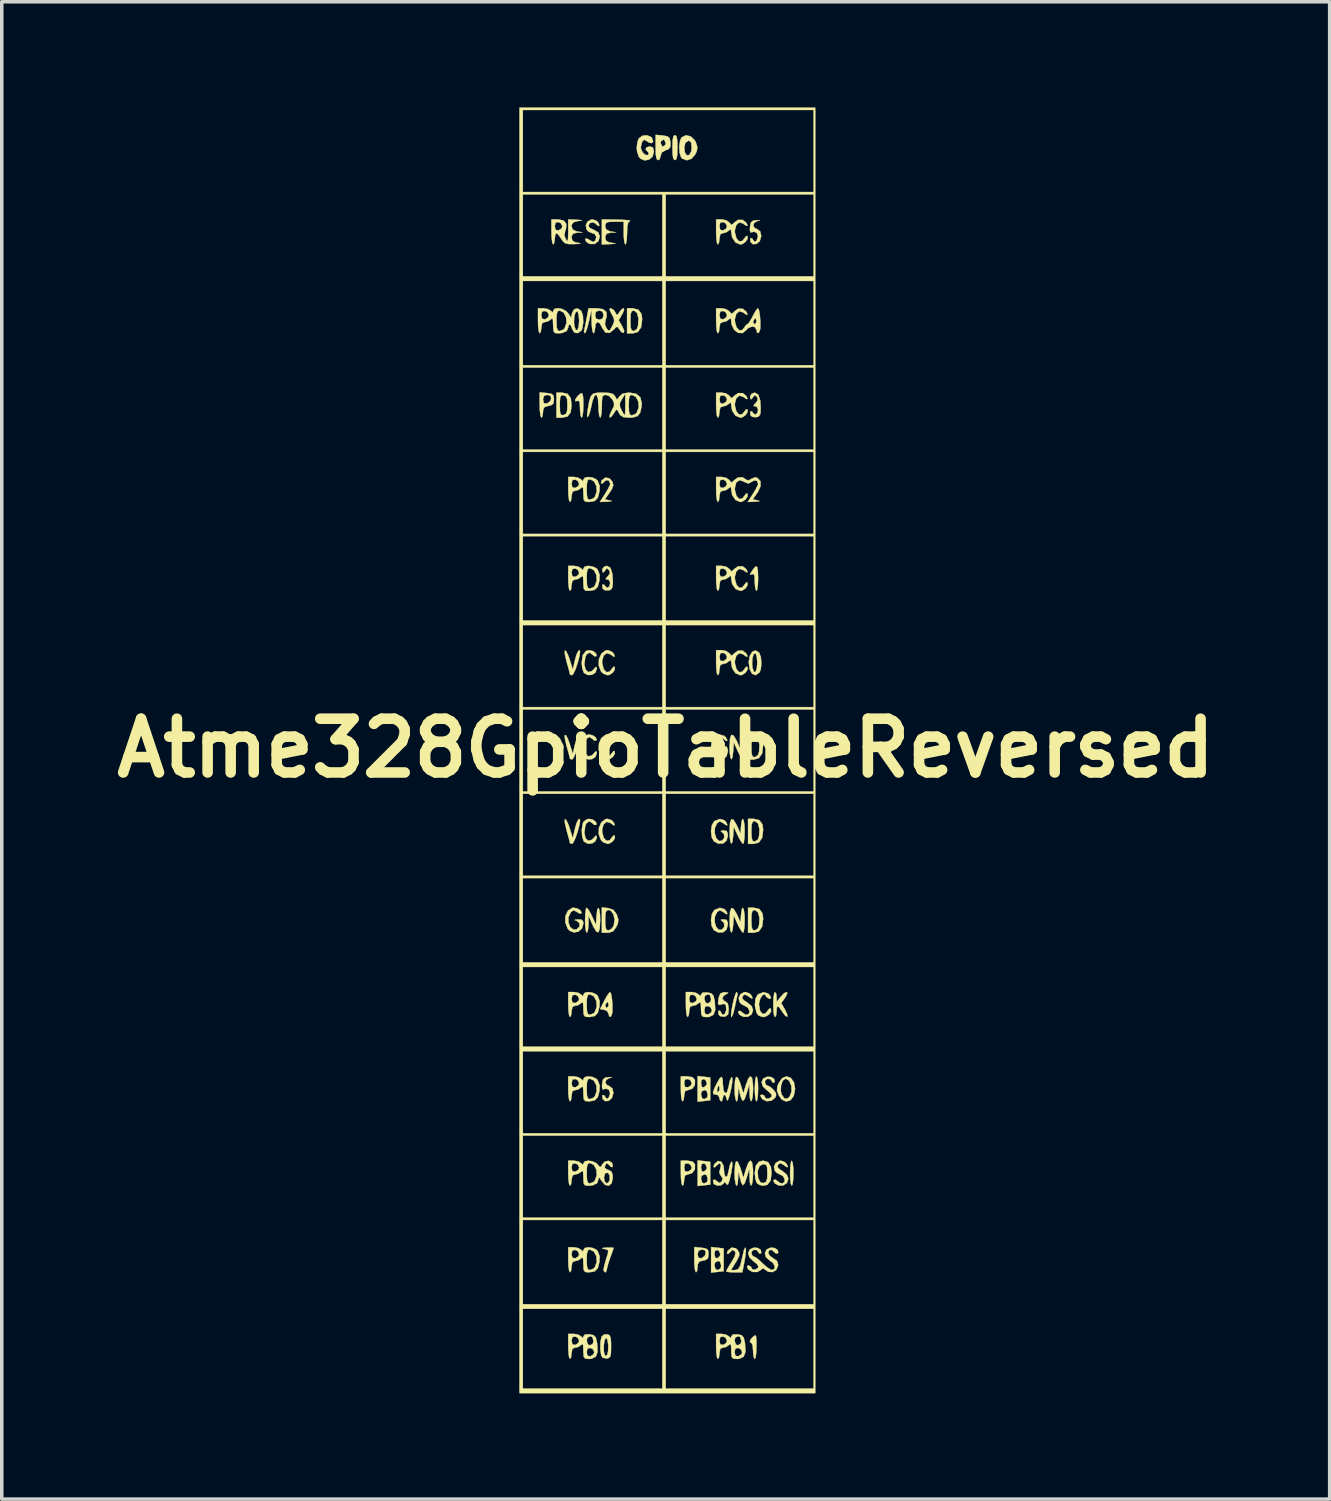
<source format=kicad_pcb>
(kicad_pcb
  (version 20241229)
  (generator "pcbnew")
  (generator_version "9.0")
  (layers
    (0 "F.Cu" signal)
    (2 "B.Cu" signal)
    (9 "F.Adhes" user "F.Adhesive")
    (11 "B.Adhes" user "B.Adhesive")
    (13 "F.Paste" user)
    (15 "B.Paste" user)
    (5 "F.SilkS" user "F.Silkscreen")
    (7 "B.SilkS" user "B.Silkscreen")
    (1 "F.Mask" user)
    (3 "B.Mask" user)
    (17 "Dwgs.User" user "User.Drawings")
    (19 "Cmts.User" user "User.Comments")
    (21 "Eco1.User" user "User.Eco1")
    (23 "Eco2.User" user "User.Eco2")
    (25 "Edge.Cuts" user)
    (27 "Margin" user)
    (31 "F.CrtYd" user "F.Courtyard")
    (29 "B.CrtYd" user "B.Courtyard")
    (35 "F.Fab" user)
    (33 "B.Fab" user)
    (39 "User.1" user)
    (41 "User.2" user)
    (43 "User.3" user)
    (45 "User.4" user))
  (footprint "Atme328GpioTableReversed"
    (layer "F.Cu")
    (at 15.828 18.166)
    (property "Reference" "Atme328GpioTableReversed" (at 0 0 0) (layer "F.SilkS") (effects (font (size 1.524 1.524) (thickness 0.3))))
    (attr through_hole)
    (fp_poly (pts (xy 0.305 -17.354) (xy 0.327 -17.242) (xy 0.334 -17.03) (xy 0.327 -16.816) (xy 0.305 -16.706) (xy 0.262 -16.675) (xy 0.219 -16.707) (xy 0.197 -16.819) (xy 0.191 -17.03) (xy 0.197 -17.245) (xy 0.22 -17.355) (xy 0.262 -17.386) (xy 0.305 -17.354)) (stroke (width 0.01) (type solid)) (fill yes) (layer "F.SilkS"))
    (fp_poly (pts (xy 2.599 9.365) (xy 2.617 9.516) (xy 2.621 9.662) (xy 2.613 9.857) (xy 2.593 9.986) (xy 2.573 10.018) (xy 2.547 9.959) (xy 2.53 9.809) (xy 2.526 9.662) (xy 2.534 9.468) (xy 2.554 9.339) (xy 2.573 9.307) (xy 2.599 9.365)) (stroke (width 0.01) (type solid)) (fill yes) (layer "F.SilkS"))
    (fp_poly (pts (xy 3.6 11.757) (xy 3.618 11.907) (xy 3.622 12.054) (xy 3.614 12.248) (xy 3.594 12.377) (xy 3.574 12.409) (xy 3.548 12.351) (xy 3.531 12.2) (xy 3.526 12.054) (xy 3.534 11.859) (xy 3.554 11.73) (xy 3.574 11.698) (xy 3.6 11.757)) (stroke (width 0.01) (type solid)) (fill yes) (layer "F.SilkS"))
    (fp_poly (pts (xy 2.04 6.963) (xy 2.033 7.008) (xy 2.004 7.128) (xy 1.966 7.309) (xy 1.955 7.364) (xy 1.914 7.526) (xy 1.875 7.618) (xy 1.863 7.626) (xy 1.853 7.57) (xy 1.869 7.426) (xy 1.897 7.271) (xy 1.943 7.079) (xy 1.988 6.95) (xy 2.014 6.916) (xy 2.04 6.963)) (stroke (width 0.01) (type solid)) (fill yes) (layer "F.SilkS"))
    (fp_poly (pts (xy 2.561 16.674) (xy 2.572 16.779) (xy 2.573 16.965) (xy 2.566 17.16) (xy 2.545 17.289) (xy 2.526 17.321) (xy 2.494 17.264) (xy 2.478 17.125) (xy 2.478 17.095) (xy 2.466 16.945) (xy 2.437 16.871) (xy 2.43 16.869) (xy 2.384 16.838) (xy 2.411 16.763) (xy 2.478 16.69) (xy 2.532 16.652) (xy 2.561 16.674)) (stroke (width 0.01) (type solid)) (fill yes) (layer "F.SilkS"))
    (fp_poly (pts (xy -2.361 -10.052) (xy -2.34 -9.944) (xy -2.335 -9.727) (xy -2.343 -9.532) (xy -2.363 -9.403) (xy -2.383 -9.372) (xy -2.413 -9.429) (xy -2.429 -9.572) (xy -2.43 -9.628) (xy -2.438 -9.793) (xy -2.466 -9.853) (xy -2.502 -9.847) (xy -2.564 -9.838) (xy -2.561 -9.894) (xy -2.495 -9.987) (xy -2.49 -9.992) (xy -2.408 -10.063) (xy -2.361 -10.052)) (stroke (width 0.01) (type solid)) (fill yes) (layer "F.SilkS"))
    (fp_poly (pts (xy 2.613 -5.045) (xy 2.621 -4.822) (xy 2.621 -4.815) (xy 2.613 -4.62) (xy 2.593 -4.491) (xy 2.573 -4.46) (xy 2.543 -4.517) (xy 2.527 -4.66) (xy 2.526 -4.716) (xy 2.519 -4.879) (xy 2.493 -4.94) (xy 2.442 -4.931) (xy 2.391 -4.913) (xy 2.402 -4.953) (xy 2.45 -5.03) (xy 2.534 -5.141) (xy 2.587 -5.149) (xy 2.613 -5.045)) (stroke (width 0.01) (type solid)) (fill yes) (layer "F.SilkS"))
    (fp_poly (pts (xy -2.427 -2.738) (xy -2.446 -2.608) (xy -2.494 -2.424) (xy -2.559 -2.234) (xy -2.62 -2.105) (xy -2.657 -2.068) (xy -2.712 -2.087) (xy -2.716 -2.098) (xy -2.732 -2.17) (xy -2.774 -2.323) (xy -2.811 -2.454) (xy -2.86 -2.664) (xy -2.861 -2.765) (xy -2.825 -2.753) (xy -2.761 -2.621) (xy -2.721 -2.504) (xy -2.634 -2.23) (xy -2.572 -2.504) (xy -2.523 -2.67) (xy -2.47 -2.768) (xy -2.451 -2.779) (xy -2.427 -2.738)) (stroke (width 0.01) (type solid)) (fill yes) (layer "F.SilkS"))
    (fp_poly (pts (xy -2.427 -0.347) (xy -2.446 -0.216) (xy -2.494 -0.032) (xy -2.559 0.158) (xy -2.62 0.287) (xy -2.657 0.323) (xy -2.712 0.304) (xy -2.716 0.293) (xy -2.732 0.221) (xy -2.774 0.068) (xy -2.811 -0.062) (xy -2.86 -0.272) (xy -2.861 -0.374) (xy -2.825 -0.362) (xy -2.761 -0.23) (xy -2.721 -0.113) (xy -2.634 0.162) (xy -2.572 -0.113) (xy -2.523 -0.279) (xy -2.47 -0.377) (xy -2.451 -0.388) (xy -2.427 -0.347)) (stroke (width 0.01) (type solid)) (fill yes) (layer "F.SilkS"))
    (fp_poly (pts (xy -2.427 2.044) (xy -2.446 2.175) (xy -2.494 2.359) (xy -2.559 2.549) (xy -2.62 2.678) (xy -2.657 2.714) (xy -2.712 2.695) (xy -2.716 2.685) (xy -2.732 2.613) (xy -2.774 2.46) (xy -2.811 2.329) (xy -2.86 2.119) (xy -2.861 2.017) (xy -2.825 2.03) (xy -2.761 2.161) (xy -2.721 2.278) (xy -2.634 2.553) (xy -2.572 2.278) (xy -2.523 2.112) (xy -2.47 2.015) (xy -2.451 2.004) (xy -2.427 2.044)) (stroke (width 0.01) (type solid)) (fill yes) (layer "F.SilkS"))
    (fp_poly (pts (xy -1.595 -7.651) (xy -1.507 -7.548) (xy -1.487 -7.454) (xy -1.526 -7.346) (xy -1.591 -7.246) (xy -1.726 -7.055) (xy -1.59 -7.027) (xy -1.53 -7.01) (xy -1.558 -6.997) (xy -1.661 -6.99) (xy -1.868 -6.98) (xy -1.721 -7.209) (xy -1.633 -7.356) (xy -1.58 -7.467) (xy -1.573 -7.496) (xy -1.609 -7.584) (xy -1.684 -7.603) (xy -1.729 -7.569) (xy -1.799 -7.503) (xy -1.837 -7.512) (xy -1.816 -7.586) (xy -1.809 -7.597) (xy -1.71 -7.673) (xy -1.595 -7.651)) (stroke (width 0.01) (type solid)) (fill yes) (layer "F.SilkS"))
    (fp_poly (pts (xy -1.484 14.168) (xy -1.477 14.173) (xy -1.497 14.236) (xy -1.546 14.374) (xy -1.573 14.445) (xy -1.631 14.619) (xy -1.665 14.753) (xy -1.668 14.782) (xy -1.697 14.859) (xy -1.716 14.865) (xy -1.762 14.816) (xy -1.763 14.798) (xy -1.746 14.699) (xy -1.704 14.539) (xy -1.692 14.5) (xy -1.641 14.333) (xy -1.63 14.251) (xy -1.667 14.219) (xy -1.751 14.2) (xy -1.806 14.183) (xy -1.77 14.171) (xy -1.68 14.164) (xy -1.556 14.162) (xy -1.484 14.168)) (stroke (width 0.01) (type solid)) (fill yes) (layer "F.SilkS"))
    (fp_poly (pts (xy 2.216 -0.328) (xy 2.236 -0.175) (xy 2.24 -0.032) (xy 2.233 0.162) (xy 2.214 0.291) (xy 2.196 0.323) (xy 2.146 0.273) (xy 2.073 0.147) (xy 2.041 0.081) (xy 1.93 -0.162) (xy 1.915 0.081) (xy 1.894 0.259) (xy 1.865 0.319) (xy 1.836 0.27) (xy 1.815 0.12) (xy 1.811 -0.032) (xy 1.823 -0.267) (xy 1.86 -0.377) (xy 1.921 -0.362) (xy 2.006 -0.223) (xy 2.027 -0.178) (xy 2.121 0.032) (xy 2.136 -0.178) (xy 2.158 -0.34) (xy 2.187 -0.386) (xy 2.216 -0.328)) (stroke (width 0.01) (type solid)) (fill yes) (layer "F.SilkS"))
    (fp_poly (pts (xy 2.216 2.064) (xy 2.236 2.217) (xy 2.24 2.359) (xy 2.233 2.554) (xy 2.214 2.683) (xy 2.196 2.715) (xy 2.146 2.664) (xy 2.073 2.538) (xy 2.041 2.472) (xy 1.93 2.23) (xy 1.915 2.472) (xy 1.894 2.651) (xy 1.865 2.711) (xy 1.836 2.661) (xy 1.815 2.511) (xy 1.811 2.359) (xy 1.823 2.124) (xy 1.86 2.014) (xy 1.921 2.029) (xy 2.006 2.169) (xy 2.027 2.214) (xy 2.121 2.424) (xy 2.136 2.214) (xy 2.158 2.051) (xy 2.187 2.005) (xy 2.216 2.064)) (stroke (width 0.01) (type solid)) (fill yes) (layer "F.SilkS"))
    (fp_poly (pts (xy 2.216 4.584) (xy 2.236 4.737) (xy 2.24 4.88) (xy 2.233 5.074) (xy 2.214 5.203) (xy 2.196 5.235) (xy 2.146 5.185) (xy 2.073 5.059) (xy 2.041 4.993) (xy 1.93 4.75) (xy 1.915 4.993) (xy 1.894 5.171) (xy 1.865 5.231) (xy 1.836 5.182) (xy 1.815 5.032) (xy 1.811 4.88) (xy 1.823 4.645) (xy 1.86 4.535) (xy 1.921 4.549) (xy 2.006 4.689) (xy 2.027 4.734) (xy 2.121 4.944) (xy 2.136 4.734) (xy 2.158 4.572) (xy 2.187 4.525) (xy 2.216 4.584)) (stroke (width 0.01) (type solid)) (fill yes) (layer "F.SilkS"))
    (fp_poly (pts (xy -2.782 -10.047) (xy -2.695 -9.931) (xy -2.669 -9.727) (xy -2.696 -9.52) (xy -2.784 -9.406) (xy -2.94 -9.372) (xy -3.098 -9.372) (xy -3.098 -9.727) (xy -3.002 -9.727) (xy -2.998 -9.545) (xy -2.977 -9.461) (xy -2.927 -9.443) (xy -2.895 -9.448) (xy -2.825 -9.482) (xy -2.794 -9.572) (xy -2.788 -9.727) (xy -2.796 -9.898) (xy -2.831 -9.979) (xy -2.895 -10.006) (xy -2.96 -10.006) (xy -2.992 -9.953) (xy -3.002 -9.815) (xy -3.002 -9.727) (xy -3.098 -9.727) (xy -3.098 -10.082) (xy -2.94 -10.082) (xy -2.782 -10.047)) (stroke (width 0.01) (type solid)) (fill yes) (layer "F.SilkS"))
    (fp_poly (pts (xy -2.194 4.574) (xy -2.121 4.701) (xy -2.089 4.767) (xy -1.978 5.009) (xy -1.963 4.767) (xy -1.942 4.588) (xy -1.912 4.528) (xy -1.883 4.578) (xy -1.863 4.728) (xy -1.859 4.88) (xy -1.87 5.113) (xy -1.906 5.222) (xy -1.965 5.205) (xy -2.05 5.064) (xy -2.083 4.992) (xy -2.188 4.75) (xy -2.19 4.993) (xy -2.203 5.149) (xy -2.231 5.231) (xy -2.24 5.235) (xy -2.266 5.177) (xy -2.283 5.026) (xy -2.287 4.88) (xy -2.28 4.685) (xy -2.262 4.556) (xy -2.244 4.524) (xy -2.194 4.574)) (stroke (width 0.01) (type solid)) (fill yes) (layer "F.SilkS"))
    (fp_poly (pts (xy -1.547 6.973) (xy -1.524 7.113) (xy -1.51 7.291) (xy -1.511 7.46) (xy -1.516 7.516) (xy -1.553 7.61) (xy -1.599 7.615) (xy -1.62 7.534) (xy -1.661 7.457) (xy -1.74 7.421) (xy -1.861 7.4) (xy -1.814 7.307) (xy -1.716 7.307) (xy -1.679 7.366) (xy -1.668 7.368) (xy -1.626 7.315) (xy -1.62 7.267) (xy -1.643 7.2) (xy -1.668 7.206) (xy -1.714 7.289) (xy -1.716 7.307) (xy -1.814 7.307) (xy -1.739 7.158) (xy -1.657 7.012) (xy -1.593 6.926) (xy -1.576 6.916) (xy -1.547 6.973)) (stroke (width 0.01) (type solid)) (fill yes) (layer "F.SilkS"))
    (fp_poly (pts (xy -1.534 -2.739) (xy -1.477 -2.682) (xy -1.442 -2.601) (xy -1.478 -2.596) (xy -1.569 -2.662) (xy -1.676 -2.694) (xy -1.761 -2.623) (xy -1.802 -2.476) (xy -1.801 -2.403) (xy -1.758 -2.239) (xy -1.68 -2.155) (xy -1.592 -2.168) (xy -1.546 -2.225) (xy -1.484 -2.305) (xy -1.447 -2.307) (xy -1.442 -2.23) (xy -1.499 -2.143) (xy -1.589 -2.08) (xy -1.647 -2.068) (xy -1.768 -2.111) (xy -1.831 -2.17) (xy -1.9 -2.339) (xy -1.894 -2.521) (xy -1.825 -2.678) (xy -1.706 -2.77) (xy -1.647 -2.779) (xy -1.534 -2.739)) (stroke (width 0.01) (type solid)) (fill yes) (layer "F.SilkS"))
    (fp_poly (pts (xy -1.534 -0.348) (xy -1.477 -0.291) (xy -1.442 -0.209) (xy -1.478 -0.205) (xy -1.569 -0.271) (xy -1.676 -0.303) (xy -1.761 -0.232) (xy -1.802 -0.085) (xy -1.801 -0.012) (xy -1.758 0.152) (xy -1.68 0.236) (xy -1.592 0.223) (xy -1.546 0.166) (xy -1.484 0.087) (xy -1.447 0.084) (xy -1.442 0.161) (xy -1.499 0.248) (xy -1.589 0.311) (xy -1.647 0.323) (xy -1.768 0.28) (xy -1.831 0.222) (xy -1.9 0.053) (xy -1.894 -0.13) (xy -1.825 -0.287) (xy -1.706 -0.378) (xy -1.647 -0.388) (xy -1.534 -0.348)) (stroke (width 0.01) (type solid)) (fill yes) (layer "F.SilkS"))
    (fp_poly (pts (xy -1.534 2.043) (xy -1.477 2.101) (xy -1.442 2.182) (xy -1.478 2.186) (xy -1.569 2.121) (xy -1.676 2.089) (xy -1.761 2.16) (xy -1.802 2.307) (xy -1.801 2.379) (xy -1.758 2.543) (xy -1.68 2.627) (xy -1.592 2.614) (xy -1.546 2.558) (xy -1.484 2.478) (xy -1.447 2.475) (xy -1.442 2.553) (xy -1.499 2.639) (xy -1.589 2.702) (xy -1.647 2.715) (xy -1.768 2.671) (xy -1.831 2.613) (xy -1.9 2.444) (xy -1.894 2.261) (xy -1.825 2.105) (xy -1.706 2.013) (xy -1.647 2.004) (xy -1.534 2.043)) (stroke (width 0.01) (type solid)) (fill yes) (layer "F.SilkS"))
    (fp_poly (pts (xy -0.777 -12.435) (xy -0.688 -12.317) (xy -0.667 -12.166) (xy -0.697 -11.935) (xy -0.789 -11.802) (xy -0.931 -11.763) (xy -1.096 -11.763) (xy -1.096 -12.118) (xy -1.001 -12.118) (xy -0.994 -11.936) (xy -0.968 -11.85) (xy -0.912 -11.828) (xy -0.906 -11.827) (xy -0.817 -11.885) (xy -0.783 -11.984) (xy -0.772 -12.186) (xy -0.813 -12.339) (xy -0.895 -12.408) (xy -0.909 -12.409) (xy -0.966 -12.389) (xy -0.994 -12.306) (xy -1.001 -12.128) (xy -1.001 -12.118) (xy -1.096 -12.118) (xy -1.096 -12.474) (xy -0.939 -12.474) (xy -0.777 -12.435)) (stroke (width 0.01) (type solid)) (fill yes) (layer "F.SilkS"))
    (fp_poly (pts (xy 2.647 -2.712) (xy 2.698 -2.585) (xy 2.714 -2.402) (xy 2.694 -2.226) (xy 2.659 -2.146) (xy 2.551 -2.07) (xy 2.447 -2.111) (xy 2.38 -2.24) (xy 2.361 -2.386) (xy 2.45 -2.386) (xy 2.462 -2.274) (xy 2.502 -2.162) (xy 2.547 -2.161) (xy 2.583 -2.258) (xy 2.597 -2.424) (xy 2.584 -2.589) (xy 2.553 -2.687) (xy 2.543 -2.696) (xy 2.493 -2.664) (xy 2.459 -2.546) (xy 2.45 -2.386) (xy 2.361 -2.386) (xy 2.354 -2.44) (xy 2.383 -2.612) (xy 2.452 -2.731) (xy 2.547 -2.771) (xy 2.647 -2.712)) (stroke (width 0.01) (type solid)) (fill yes) (layer "F.SilkS"))
    (fp_poly (pts (xy 2.655 -0.349) (xy 2.743 -0.231) (xy 2.764 -0.08) (xy 2.734 0.151) (xy 2.642 0.284) (xy 2.5 0.323) (xy 2.335 0.323) (xy 2.335 -0.032) (xy 2.43 -0.032) (xy 2.437 0.15) (xy 2.463 0.236) (xy 2.519 0.258) (xy 2.525 0.259) (xy 2.614 0.201) (xy 2.648 0.102) (xy 2.659 -0.1) (xy 2.618 -0.253) (xy 2.536 -0.322) (xy 2.522 -0.323) (xy 2.465 -0.303) (xy 2.437 -0.22) (xy 2.43 -0.042) (xy 2.43 -0.032) (xy 2.335 -0.032) (xy 2.335 -0.388) (xy 2.492 -0.388) (xy 2.655 -0.349)) (stroke (width 0.01) (type solid)) (fill yes) (layer "F.SilkS"))
    (fp_poly (pts (xy 2.655 2.042) (xy 2.743 2.16) (xy 2.764 2.312) (xy 2.734 2.542) (xy 2.642 2.675) (xy 2.5 2.715) (xy 2.335 2.715) (xy 2.335 2.359) (xy 2.43 2.359) (xy 2.437 2.541) (xy 2.463 2.627) (xy 2.519 2.65) (xy 2.525 2.65) (xy 2.614 2.592) (xy 2.648 2.493) (xy 2.659 2.291) (xy 2.618 2.138) (xy 2.536 2.069) (xy 2.522 2.068) (xy 2.465 2.089) (xy 2.437 2.172) (xy 2.43 2.35) (xy 2.43 2.359) (xy 2.335 2.359) (xy 2.335 2.004) (xy 2.492 2.004) (xy 2.655 2.042)) (stroke (width 0.01) (type solid)) (fill yes) (layer "F.SilkS"))
    (fp_poly (pts (xy 2.655 4.563) (xy 2.743 4.681) (xy 2.764 4.832) (xy 2.734 5.063) (xy 2.642 5.196) (xy 2.5 5.235) (xy 2.335 5.235) (xy 2.335 4.88) (xy 2.43 4.88) (xy 2.437 5.062) (xy 2.463 5.148) (xy 2.519 5.17) (xy 2.525 5.17) (xy 2.614 5.113) (xy 2.648 5.014) (xy 2.659 4.812) (xy 2.618 4.659) (xy 2.536 4.59) (xy 2.522 4.589) (xy 2.465 4.609) (xy 2.437 4.692) (xy 2.43 4.87) (xy 2.43 4.88) (xy 2.335 4.88) (xy 2.335 4.524) (xy 2.492 4.524) (xy 2.655 4.563)) (stroke (width 0.01) (type solid)) (fill yes) (layer "F.SilkS"))
    (fp_poly (pts (xy -2.063 -2.753) (xy -1.983 -2.695) (xy -1.959 -2.628) (xy -1.968 -2.609) (xy -2.026 -2.606) (xy -2.059 -2.638) (xy -2.159 -2.711) (xy -2.245 -2.66) (xy -2.282 -2.571) (xy -2.306 -2.375) (xy -2.273 -2.23) (xy -2.199 -2.158) (xy -2.098 -2.182) (xy -2.047 -2.232) (xy -1.979 -2.304) (xy -1.956 -2.286) (xy -1.954 -2.247) (xy -1.994 -2.141) (xy -2.09 -2.08) (xy -2.208 -2.073) (xy -2.312 -2.13) (xy -2.326 -2.146) (xy -2.367 -2.262) (xy -2.383 -2.424) (xy -2.352 -2.639) (xy -2.261 -2.756) (xy -2.171 -2.778) (xy -2.063 -2.753)) (stroke (width 0.01) (type solid)) (fill yes) (layer "F.SilkS"))
    (fp_poly (pts (xy -0.083 -17.373) (xy 0.046 -17.351) (xy 0.108 -17.302) (xy 0.132 -17.198) (xy 0.134 -17.175) (xy 0.131 -17.045) (xy 0.075 -16.982) (xy 0.003 -16.957) (xy -0.111 -16.894) (xy -0.143 -16.796) (xy -0.174 -16.696) (xy -0.214 -16.675) (xy -0.257 -16.706) (xy -0.28 -16.818) (xy -0.286 -17.033) (xy -0.286 -17.16) (xy -0.143 -17.16) (xy -0.105 -17.074) (xy -0.071 -17.063) (xy -0.008 -17.114) (xy 0 -17.16) (xy -0.038 -17.245) (xy -0.071 -17.256) (xy -0.135 -17.205) (xy -0.143 -17.16) (xy -0.286 -17.16) (xy -0.286 -17.393) (xy -0.083 -17.373)) (stroke (width 0.01) (type solid)) (fill yes) (layer "F.SilkS"))
    (fp_poly (pts (xy 3.449 6.945) (xy 3.409 7.039) (xy 3.386 7.073) (xy 3.277 7.231) (xy 3.378 7.406) (xy 3.447 7.553) (xy 3.447 7.618) (xy 3.39 7.588) (xy 3.31 7.481) (xy 3.217 7.346) (xy 3.167 7.316) (xy 3.147 7.388) (xy 3.145 7.465) (xy 3.129 7.586) (xy 3.098 7.626) (xy 3.071 7.568) (xy 3.054 7.417) (xy 3.05 7.271) (xy 3.058 7.076) (xy 3.078 6.947) (xy 3.098 6.916) (xy 3.135 6.97) (xy 3.145 7.056) (xy 3.145 7.197) (xy 3.256 7.056) (xy 3.356 6.951) (xy 3.426 6.915) (xy 3.449 6.945)) (stroke (width 0.01) (type solid)) (fill yes) (layer "F.SilkS"))
    (fp_poly (pts (xy -2.063 -0.361) (xy -1.983 -0.304) (xy -1.959 -0.237) (xy -1.968 -0.218) (xy -2.026 -0.214) (xy -2.059 -0.247) (xy -2.159 -0.319) (xy -2.245 -0.269) (xy -2.282 -0.18) (xy -2.306 0.016) (xy -2.273 0.161) (xy -2.199 0.233) (xy -2.098 0.209) (xy -2.047 0.159) (xy -1.979 0.087) (xy -1.956 0.106) (xy -1.954 0.145) (xy -1.994 0.25) (xy -2.09 0.311) (xy -2.208 0.318) (xy -2.312 0.262) (xy -2.326 0.246) (xy -2.37 0.112) (xy -2.38 -0.074) (xy -2.355 -0.245) (xy -2.326 -0.31) (xy -2.232 -0.375) (xy -2.171 -0.387) (xy -2.063 -0.361)) (stroke (width 0.01) (type solid)) (fill yes) (layer "F.SilkS"))
    (fp_poly (pts (xy -2.063 2.03) (xy -1.983 2.088) (xy -1.959 2.154) (xy -1.968 2.173) (xy -2.026 2.177) (xy -2.059 2.145) (xy -2.159 2.072) (xy -2.245 2.123) (xy -2.282 2.211) (xy -2.306 2.407) (xy -2.273 2.553) (xy -2.199 2.625) (xy -2.098 2.6) (xy -2.047 2.551) (xy -1.979 2.478) (xy -1.956 2.497) (xy -1.954 2.536) (xy -1.994 2.641) (xy -2.09 2.702) (xy -2.208 2.71) (xy -2.312 2.653) (xy -2.326 2.637) (xy -2.37 2.504) (xy -2.38 2.318) (xy -2.355 2.146) (xy -2.326 2.081) (xy -2.232 2.016) (xy -2.171 2.005) (xy -2.063 2.03)) (stroke (width 0.01) (type solid)) (fill yes) (layer "F.SilkS"))
    (fp_poly (pts (xy 0.709 -17.349) (xy 0.826 -17.237) (xy 0.853 -17.183) (xy 0.897 -17.048) (xy 0.883 -16.938) (xy 0.842 -16.844) (xy 0.735 -16.717) (xy 0.599 -16.671) (xy 0.472 -16.716) (xy 0.438 -16.752) (xy 0.393 -16.887) (xy 0.386 -17.039) (xy 0.526 -17.039) (xy 0.544 -16.892) (xy 0.599 -16.808) (xy 0.667 -16.822) (xy 0.722 -16.916) (xy 0.739 -17.031) (xy 0.723 -17.173) (xy 0.667 -17.222) (xy 0.644 -17.224) (xy 0.56 -17.171) (xy 0.526 -17.039) (xy 0.386 -17.039) (xy 0.384 -17.072) (xy 0.412 -17.243) (xy 0.45 -17.318) (xy 0.571 -17.38) (xy 0.709 -17.349)) (stroke (width 0.01) (type solid)) (fill yes) (layer "F.SilkS"))
    (fp_poly (pts (xy 1.084 9.319) (xy 1.263 9.339) (xy 1.263 9.985) (xy 1.084 10.006) (xy 0.905 10.026) (xy 0.905 9.824) (xy 1.001 9.824) (xy 1.034 9.932) (xy 1.096 9.953) (xy 1.176 9.907) (xy 1.191 9.824) (xy 1.158 9.716) (xy 1.096 9.695) (xy 1.016 9.74) (xy 1.001 9.824) (xy 0.905 9.824) (xy 0.905 9.501) (xy 1.001 9.501) (xy 1.025 9.607) (xy 1.084 9.618) (xy 1.155 9.554) (xy 1.168 9.501) (xy 1.128 9.41) (xy 1.084 9.384) (xy 1.017 9.406) (xy 1.001 9.501) (xy 0.905 9.501) (xy 0.905 9.299) (xy 1.084 9.319)) (stroke (width 0.01) (type solid)) (fill yes) (layer "F.SilkS"))
    (fp_poly (pts (xy 1.084 11.71) (xy 1.263 11.731) (xy 1.263 12.377) (xy 1.084 12.397) (xy 0.905 12.417) (xy 0.905 12.215) (xy 1.001 12.215) (xy 1.034 12.323) (xy 1.096 12.345) (xy 1.176 12.299) (xy 1.191 12.215) (xy 1.158 12.107) (xy 1.096 12.086) (xy 1.016 12.132) (xy 1.001 12.215) (xy 0.905 12.215) (xy 0.905 11.892) (xy 1.001 11.892) (xy 1.025 11.998) (xy 1.084 12.009) (xy 1.155 11.945) (xy 1.168 11.892) (xy 1.128 11.801) (xy 1.084 11.775) (xy 1.017 11.798) (xy 1.001 11.892) (xy 0.905 11.892) (xy 0.905 11.69) (xy 1.084 11.71)) (stroke (width 0.01) (type solid)) (fill yes) (layer "F.SilkS"))
    (fp_poly (pts (xy 1.465 14.166) (xy 1.644 14.187) (xy 1.644 14.833) (xy 1.465 14.853) (xy 1.287 14.873) (xy 1.287 14.671) (xy 1.382 14.671) (xy 1.416 14.779) (xy 1.477 14.801) (xy 1.557 14.755) (xy 1.573 14.671) (xy 1.539 14.563) (xy 1.477 14.542) (xy 1.398 14.588) (xy 1.382 14.671) (xy 1.287 14.671) (xy 1.287 14.348) (xy 1.382 14.348) (xy 1.406 14.454) (xy 1.465 14.465) (xy 1.536 14.401) (xy 1.549 14.348) (xy 1.509 14.257) (xy 1.465 14.231) (xy 1.398 14.254) (xy 1.382 14.348) (xy 1.287 14.348) (xy 1.287 14.146) (xy 1.465 14.166)) (stroke (width 0.01) (type solid)) (fill yes) (layer "F.SilkS"))
    (fp_poly (pts (xy 3.546 9.35) (xy 3.636 9.474) (xy 3.669 9.662) (xy 3.632 9.86) (xy 3.539 9.984) (xy 3.416 10.022) (xy 3.29 9.963) (xy 3.209 9.849) (xy 3.159 9.72) (xy 3.263 9.72) (xy 3.285 9.816) (xy 3.367 9.936) (xy 3.463 9.931) (xy 3.517 9.876) (xy 3.57 9.732) (xy 3.561 9.569) (xy 3.503 9.434) (xy 3.406 9.372) (xy 3.397 9.372) (xy 3.321 9.427) (xy 3.272 9.56) (xy 3.263 9.72) (xy 3.159 9.72) (xy 3.156 9.715) (xy 3.163 9.604) (xy 3.197 9.509) (xy 3.301 9.359) (xy 3.426 9.308) (xy 3.546 9.35)) (stroke (width 0.01) (type solid)) (fill yes) (layer "F.SilkS"))
    (fp_poly (pts (xy -1.634 4.536) (xy -1.49 4.582) (xy -1.4 4.696) (xy -1.386 4.727) (xy -1.343 4.862) (xy -1.357 4.972) (xy -1.398 5.066) (xy -1.49 5.193) (xy -1.62 5.235) (xy -1.645 5.235) (xy -1.811 5.235) (xy -1.811 4.88) (xy -1.716 4.88) (xy -1.709 5.062) (xy -1.683 5.148) (xy -1.627 5.17) (xy -1.622 5.17) (xy -1.528 5.118) (xy -1.474 5.033) (xy -1.448 4.867) (xy -1.483 4.709) (xy -1.563 4.605) (xy -1.619 4.589) (xy -1.679 4.607) (xy -1.708 4.685) (xy -1.716 4.855) (xy -1.716 4.88) (xy -1.811 4.88) (xy -1.811 4.516) (xy -1.634 4.536)) (stroke (width 0.01) (type solid)) (fill yes) (layer "F.SilkS"))
    (fp_poly (pts (xy -1.53 9.337) (xy -1.585 9.351) (xy -1.685 9.406) (xy -1.712 9.487) (xy -1.663 9.557) (xy -1.609 9.577) (xy -1.514 9.647) (xy -1.483 9.778) (xy -1.527 9.924) (xy -1.618 10.003) (xy -1.722 10.009) (xy -1.789 9.949) (xy -1.798 9.857) (xy -1.789 9.838) (xy -1.743 9.846) (xy -1.715 9.89) (xy -1.664 9.948) (xy -1.616 9.909) (xy -1.577 9.792) (xy -1.608 9.692) (xy -1.689 9.655) (xy -1.719 9.664) (xy -1.788 9.677) (xy -1.807 9.612) (xy -1.803 9.523) (xy -1.779 9.397) (xy -1.717 9.343) (xy -1.62 9.33) (xy -1.529 9.328) (xy -1.53 9.337)) (stroke (width 0.01) (type solid)) (fill yes) (layer "F.SilkS"))
    (fp_poly (pts (xy 0.761 9.332) (xy 0.829 9.41) (xy 0.83 9.412) (xy 0.827 9.552) (xy 0.752 9.657) (xy 0.638 9.695) (xy 0.551 9.723) (xy 0.525 9.833) (xy 0.524 9.856) (xy 0.508 9.978) (xy 0.477 10.018) (xy 0.45 9.959) (xy 0.433 9.809) (xy 0.429 9.662) (xy 0.429 9.501) (xy 0.524 9.501) (xy 0.546 9.604) (xy 0.627 9.619) (xy 0.631 9.618) (xy 0.715 9.566) (xy 0.739 9.501) (xy 0.698 9.417) (xy 0.631 9.383) (xy 0.548 9.395) (xy 0.524 9.495) (xy 0.524 9.501) (xy 0.429 9.501) (xy 0.429 9.307) (xy 0.614 9.307) (xy 0.761 9.332)) (stroke (width 0.01) (type solid)) (fill yes) (layer "F.SilkS"))
    (fp_poly (pts (xy 0.761 11.723) (xy 0.829 11.802) (xy 0.83 11.803) (xy 0.827 11.944) (xy 0.752 12.049) (xy 0.638 12.086) (xy 0.551 12.115) (xy 0.525 12.225) (xy 0.524 12.248) (xy 0.508 12.369) (xy 0.477 12.409) (xy 0.45 12.351) (xy 0.433 12.2) (xy 0.429 12.054) (xy 0.429 11.892) (xy 0.524 11.892) (xy 0.546 11.996) (xy 0.627 12.011) (xy 0.631 12.01) (xy 0.715 11.957) (xy 0.739 11.892) (xy 0.698 11.809) (xy 0.631 11.775) (xy 0.548 11.786) (xy 0.524 11.886) (xy 0.524 11.892) (xy 0.429 11.892) (xy 0.429 11.698) (xy 0.614 11.698) (xy 0.761 11.723)) (stroke (width 0.01) (type solid)) (fill yes) (layer "F.SilkS"))
    (fp_poly (pts (xy 2.664 -14.965) (xy 2.609 -14.951) (xy 2.509 -14.895) (xy 2.482 -14.814) (xy 2.531 -14.744) (xy 2.585 -14.724) (xy 2.679 -14.654) (xy 2.71 -14.523) (xy 2.667 -14.377) (xy 2.576 -14.299) (xy 2.472 -14.292) (xy 2.405 -14.352) (xy 2.396 -14.445) (xy 2.404 -14.464) (xy 2.451 -14.455) (xy 2.479 -14.411) (xy 2.53 -14.353) (xy 2.578 -14.393) (xy 2.617 -14.509) (xy 2.586 -14.609) (xy 2.505 -14.646) (xy 2.475 -14.637) (xy 2.406 -14.624) (xy 2.386 -14.689) (xy 2.391 -14.778) (xy 2.414 -14.904) (xy 2.476 -14.958) (xy 2.573 -14.971) (xy 2.665 -14.974) (xy 2.664 -14.965)) (stroke (width 0.01) (type solid)) (fill yes) (layer "F.SilkS"))
    (fp_poly (pts (xy 2.904 6.956) (xy 2.955 7.012) (xy 2.988 7.089) (xy 2.946 7.109) (xy 2.941 7.109) (xy 2.863 7.064) (xy 2.846 7.029) (xy 2.8 6.976) (xy 2.737 7.013) (xy 2.678 7.111) (xy 2.646 7.243) (xy 2.645 7.271) (xy 2.672 7.44) (xy 2.738 7.533) (xy 2.821 7.531) (xy 2.878 7.464) (xy 2.942 7.383) (xy 2.981 7.383) (xy 2.99 7.463) (xy 2.933 7.549) (xy 2.835 7.612) (xy 2.76 7.626) (xy 2.629 7.58) (xy 2.575 7.501) (xy 2.529 7.3) (xy 2.542 7.114) (xy 2.61 6.988) (xy 2.618 6.982) (xy 2.772 6.92) (xy 2.904 6.956)) (stroke (width 0.01) (type solid)) (fill yes) (layer "F.SilkS"))
    (fp_poly (pts (xy 2.907 11.742) (xy 2.984 11.878) (xy 3.002 12.054) (xy 2.973 12.266) (xy 2.882 12.382) (xy 2.764 12.409) (xy 2.648 12.381) (xy 2.583 12.332) (xy 2.542 12.215) (xy 2.526 12.054) (xy 2.535 11.985) (xy 2.609 11.985) (xy 2.62 12.174) (xy 2.627 12.204) (xy 2.69 12.319) (xy 2.776 12.333) (xy 2.846 12.299) (xy 2.877 12.209) (xy 2.883 12.054) (xy 2.876 11.887) (xy 2.845 11.813) (xy 2.775 11.795) (xy 2.769 11.795) (xy 2.663 11.848) (xy 2.609 11.985) (xy 2.535 11.985) (xy 2.555 11.841) (xy 2.646 11.725) (xy 2.764 11.698) (xy 2.907 11.742)) (stroke (width 0.01) (type solid)) (fill yes) (layer "F.SilkS"))
    (fp_poly (pts (xy -1.595 16.647) (xy -1.561 16.716) (xy -1.55 16.862) (xy -1.549 16.966) (xy -1.553 17.158) (xy -1.574 17.257) (xy -1.625 17.298) (xy -1.674 17.308) (xy -1.788 17.287) (xy -1.829 17.222) (xy -1.855 17.038) (xy -1.852 16.933) (xy -1.756 16.933) (xy -1.756 17.093) (xy -1.741 17.176) (xy -1.701 17.243) (xy -1.661 17.208) (xy -1.633 17.097) (xy -1.628 16.936) (xy -1.629 16.925) (xy -1.651 16.783) (xy -1.686 16.721) (xy -1.692 16.721) (xy -1.733 16.79) (xy -1.756 16.933) (xy -1.852 16.933) (xy -1.85 16.835) (xy -1.817 16.685) (xy -1.743 16.626) (xy -1.663 16.621) (xy -1.595 16.647)) (stroke (width 0.01) (type solid)) (fill yes) (layer "F.SilkS"))
    (fp_poly (pts (xy -1.568 -5.113) (xy -1.513 -4.942) (xy -1.499 -4.718) (xy -1.511 -4.562) (xy -1.556 -4.493) (xy -1.628 -4.472) (xy -1.733 -4.482) (xy -1.787 -4.525) (xy -1.799 -4.618) (xy -1.789 -4.64) (xy -1.742 -4.633) (xy -1.718 -4.595) (xy -1.657 -4.544) (xy -1.597 -4.588) (xy -1.573 -4.69) (xy -1.611 -4.769) (xy -1.653 -4.783) (xy -1.703 -4.793) (xy -1.677 -4.839) (xy -1.641 -4.875) (xy -1.58 -4.959) (xy -1.598 -5.034) (xy -1.61 -5.052) (xy -1.669 -5.103) (xy -1.715 -5.043) (xy -1.766 -4.982) (xy -1.789 -4.99) (xy -1.801 -5.072) (xy -1.746 -5.144) (xy -1.667 -5.17) (xy -1.568 -5.113)) (stroke (width 0.01) (type solid)) (fill yes) (layer "F.SilkS"))
    (fp_poly (pts (xy 1.665 -0.347) (xy 1.716 -0.291) (xy 1.751 -0.209) (xy 1.715 -0.205) (xy 1.623 -0.271) (xy 1.532 -0.314) (xy 1.457 -0.263) (xy 1.395 -0.133) (xy 1.39 0.02) (xy 1.431 0.157) (xy 1.507 0.239) (xy 1.596 0.235) (xy 1.66 0.152) (xy 1.653 0.046) (xy 1.585 -0.02) (xy 1.558 -0.043) (xy 1.622 -0.056) (xy 1.632 -0.057) (xy 1.729 -0.042) (xy 1.761 0.039) (xy 1.763 0.09) (xy 1.724 0.234) (xy 1.625 0.313) (xy 1.49 0.315) (xy 1.37 0.253) (xy 1.304 0.136) (xy 1.284 -0.037) (xy 1.31 -0.208) (xy 1.379 -0.321) (xy 1.533 -0.384) (xy 1.665 -0.347)) (stroke (width 0.01) (type solid)) (fill yes) (layer "F.SilkS"))
    (fp_poly (pts (xy 1.665 2.044) (xy 1.716 2.101) (xy 1.751 2.182) (xy 1.715 2.186) (xy 1.623 2.121) (xy 1.532 2.077) (xy 1.457 2.128) (xy 1.395 2.259) (xy 1.39 2.412) (xy 1.431 2.548) (xy 1.507 2.631) (xy 1.596 2.627) (xy 1.66 2.543) (xy 1.653 2.438) (xy 1.585 2.371) (xy 1.558 2.349) (xy 1.622 2.335) (xy 1.632 2.334) (xy 1.729 2.349) (xy 1.761 2.43) (xy 1.763 2.481) (xy 1.724 2.625) (xy 1.625 2.704) (xy 1.49 2.707) (xy 1.37 2.645) (xy 1.304 2.527) (xy 1.284 2.355) (xy 1.31 2.183) (xy 1.379 2.07) (xy 1.533 2.008) (xy 1.665 2.044)) (stroke (width 0.01) (type solid)) (fill yes) (layer "F.SilkS"))
    (fp_poly (pts (xy 1.665 4.565) (xy 1.716 4.621) (xy 1.751 4.703) (xy 1.715 4.707) (xy 1.623 4.641) (xy 1.532 4.598) (xy 1.457 4.649) (xy 1.395 4.779) (xy 1.39 4.932) (xy 1.431 5.069) (xy 1.507 5.151) (xy 1.596 5.147) (xy 1.66 5.064) (xy 1.653 4.958) (xy 1.585 4.892) (xy 1.558 4.869) (xy 1.622 4.856) (xy 1.632 4.855) (xy 1.729 4.87) (xy 1.761 4.951) (xy 1.763 5.002) (xy 1.724 5.146) (xy 1.625 5.225) (xy 1.49 5.227) (xy 1.37 5.165) (xy 1.304 5.048) (xy 1.284 4.875) (xy 1.31 4.704) (xy 1.379 4.591) (xy 1.533 4.528) (xy 1.665 4.565)) (stroke (width 0.01) (type solid)) (fill yes) (layer "F.SilkS"))
    (fp_poly (pts (xy 2.451 9.366) (xy 2.475 9.549) (xy 2.478 9.662) (xy 2.468 9.868) (xy 2.443 9.988) (xy 2.414 10.013) (xy 2.389 9.932) (xy 2.378 9.775) (xy 2.373 9.533) (xy 2.3 9.775) (xy 2.238 9.952) (xy 2.188 10.005) (xy 2.144 9.935) (xy 2.109 9.808) (xy 2.059 9.598) (xy 2.054 9.808) (xy 2.04 9.971) (xy 2.013 10.021) (xy 1.984 9.971) (xy 1.961 9.836) (xy 1.954 9.662) (xy 1.965 9.432) (xy 1.995 9.325) (xy 2.044 9.342) (xy 2.108 9.486) (xy 2.129 9.549) (xy 2.203 9.791) (xy 2.274 9.549) (xy 2.345 9.363) (xy 2.406 9.303) (xy 2.451 9.366)) (stroke (width 0.01) (type solid)) (fill yes) (layer "F.SilkS"))
    (fp_poly (pts (xy 2.451 11.757) (xy 2.475 11.94) (xy 2.478 12.054) (xy 2.468 12.259) (xy 2.443 12.38) (xy 2.414 12.405) (xy 2.389 12.324) (xy 2.378 12.167) (xy 2.373 11.924) (xy 2.3 12.167) (xy 2.238 12.343) (xy 2.188 12.396) (xy 2.144 12.326) (xy 2.109 12.199) (xy 2.059 11.989) (xy 2.054 12.199) (xy 2.04 12.362) (xy 2.013 12.412) (xy 1.984 12.363) (xy 1.961 12.228) (xy 1.954 12.054) (xy 1.965 11.823) (xy 1.995 11.716) (xy 2.044 11.734) (xy 2.108 11.878) (xy 2.129 11.94) (xy 2.203 12.182) (xy 2.274 11.94) (xy 2.345 11.754) (xy 2.406 11.694) (xy 2.451 11.757)) (stroke (width 0.01) (type solid)) (fill yes) (layer "F.SilkS"))
    (fp_poly (pts (xy 2.625 -10.025) (xy 2.681 -9.854) (xy 2.694 -9.63) (xy 2.683 -9.474) (xy 2.637 -9.405) (xy 2.566 -9.384) (xy 2.46 -9.394) (xy 2.406 -9.437) (xy 2.395 -9.53) (xy 2.404 -9.552) (xy 2.451 -9.545) (xy 2.475 -9.507) (xy 2.536 -9.456) (xy 2.597 -9.5) (xy 2.621 -9.602) (xy 2.582 -9.681) (xy 2.54 -9.695) (xy 2.491 -9.705) (xy 2.517 -9.751) (xy 2.552 -9.787) (xy 2.613 -9.871) (xy 2.596 -9.946) (xy 2.583 -9.964) (xy 2.525 -10.015) (xy 2.479 -9.955) (xy 2.428 -9.894) (xy 2.404 -9.902) (xy 2.393 -9.984) (xy 2.447 -10.056) (xy 2.527 -10.082) (xy 2.625 -10.025)) (stroke (width 0.01) (type solid)) (fill yes) (layer "F.SilkS"))
    (fp_poly (pts (xy -3.372 -10.07) (xy -3.243 -10.049) (xy -3.185 -10.003) (xy -3.169 -9.909) (xy -3.169 -9.889) (xy -3.185 -9.773) (xy -3.253 -9.721) (xy -3.324 -9.707) (xy -3.433 -9.675) (xy -3.475 -9.599) (xy -3.479 -9.529) (xy -3.495 -9.409) (xy -3.526 -9.372) (xy -3.552 -9.43) (xy -3.57 -9.581) (xy -3.574 -9.731) (xy -3.574 -9.884) (xy -3.479 -9.884) (xy -3.456 -9.784) (xy -3.373 -9.771) (xy -3.372 -9.771) (xy -3.281 -9.832) (xy -3.249 -9.905) (xy -3.263 -9.991) (xy -3.349 -10.018) (xy -3.356 -10.018) (xy -3.451 -9.99) (xy -3.479 -9.891) (xy -3.479 -9.884) (xy -3.574 -9.884) (xy -3.574 -10.09) (xy -3.372 -10.07)) (stroke (width 0.01) (type solid)) (fill yes) (layer "F.SilkS"))
    (fp_poly (pts (xy 1.013 14.167) (xy 1.141 14.188) (xy 1.2 14.234) (xy 1.215 14.328) (xy 1.215 14.348) (xy 1.199 14.464) (xy 1.132 14.516) (xy 1.06 14.53) (xy 0.951 14.561) (xy 0.91 14.638) (xy 0.905 14.708) (xy 0.889 14.827) (xy 0.858 14.865) (xy 0.832 14.807) (xy 0.814 14.656) (xy 0.81 14.506) (xy 0.81 14.353) (xy 0.905 14.353) (xy 0.928 14.453) (xy 1.012 14.466) (xy 1.012 14.466) (xy 1.103 14.405) (xy 1.135 14.332) (xy 1.121 14.245) (xy 1.035 14.219) (xy 1.028 14.219) (xy 0.933 14.247) (xy 0.905 14.346) (xy 0.905 14.353) (xy 0.81 14.353) (xy 0.81 14.147) (xy 1.013 14.167)) (stroke (width 0.01) (type solid)) (fill yes) (layer "F.SilkS"))
    (fp_poly (pts (xy 2.376 6.956) (xy 2.43 7.012) (xy 2.466 7.094) (xy 2.43 7.098) (xy 2.336 7.03) (xy 2.248 6.984) (xy 2.185 7.029) (xy 2.167 7.091) (xy 2.22 7.153) (xy 2.303 7.206) (xy 2.435 7.313) (xy 2.478 7.427) (xy 2.438 7.546) (xy 2.338 7.615) (xy 2.211 7.621) (xy 2.098 7.564) (xy 2.055 7.492) (xy 2.063 7.457) (xy 2.121 7.453) (xy 2.155 7.485) (xy 2.249 7.552) (xy 2.3 7.562) (xy 2.367 7.524) (xy 2.373 7.441) (xy 2.327 7.356) (xy 2.255 7.316) (xy 2.144 7.258) (xy 2.094 7.202) (xy 2.07 7.085) (xy 2.119 6.98) (xy 2.223 6.92) (xy 2.264 6.916) (xy 2.376 6.956)) (stroke (width 0.01) (type solid)) (fill yes) (layer "F.SilkS"))
    (fp_poly (pts (xy 3.377 11.739) (xy 3.431 11.795) (xy 3.467 11.877) (xy 3.431 11.881) (xy 3.336 11.813) (xy 3.248 11.766) (xy 3.186 11.811) (xy 3.167 11.873) (xy 3.221 11.936) (xy 3.304 11.988) (xy 3.435 12.095) (xy 3.479 12.209) (xy 3.439 12.329) (xy 3.339 12.398) (xy 3.211 12.404) (xy 3.099 12.347) (xy 3.056 12.274) (xy 3.064 12.239) (xy 3.122 12.236) (xy 3.156 12.268) (xy 3.25 12.334) (xy 3.301 12.345) (xy 3.367 12.307) (xy 3.373 12.223) (xy 3.328 12.138) (xy 3.255 12.098) (xy 3.145 12.041) (xy 3.095 11.985) (xy 3.07 11.868) (xy 3.12 11.763) (xy 3.224 11.702) (xy 3.264 11.698) (xy 3.377 11.739)) (stroke (width 0.01) (type solid)) (fill yes) (layer "F.SilkS"))
    (fp_poly (pts (xy 1.685 6.923) (xy 1.77 6.934) (xy 1.762 6.954) (xy 1.739 6.963) (xy 1.638 7.025) (xy 1.607 7.102) (xy 1.656 7.166) (xy 1.681 7.177) (xy 1.762 7.241) (xy 1.787 7.384) (xy 1.787 7.403) (xy 1.772 7.544) (xy 1.708 7.603) (xy 1.661 7.614) (xy 1.555 7.604) (xy 1.501 7.561) (xy 1.492 7.467) (xy 1.503 7.444) (xy 1.547 7.451) (xy 1.559 7.481) (xy 1.611 7.562) (xy 1.672 7.543) (xy 1.712 7.443) (xy 1.716 7.393) (xy 1.704 7.274) (xy 1.648 7.251) (xy 1.596 7.265) (xy 1.511 7.283) (xy 1.482 7.239) (xy 1.499 7.105) (xy 1.507 7.061) (xy 1.551 6.956) (xy 1.645 6.923) (xy 1.685 6.923)) (stroke (width 0.01) (type solid)) (fill yes) (layer "F.SilkS"))
    (fp_poly (pts (xy -2.499 4.549) (xy -2.415 4.603) (xy -2.383 4.666) (xy -2.391 4.687) (xy -2.449 4.688) (xy -2.517 4.646) (xy -2.608 4.597) (xy -2.685 4.645) (xy -2.689 4.649) (xy -2.757 4.788) (xy -2.759 4.943) (xy -2.707 5.075) (xy -2.615 5.147) (xy -2.528 5.139) (xy -2.445 5.062) (xy -2.443 4.967) (xy -2.522 4.898) (xy -2.538 4.893) (xy -2.587 4.873) (xy -2.545 4.86) (xy -2.49 4.856) (xy -2.381 4.866) (xy -2.339 4.925) (xy -2.335 4.974) (xy -2.375 5.115) (xy -2.474 5.202) (xy -2.601 5.226) (xy -2.725 5.178) (xy -2.78 5.117) (xy -2.848 4.939) (xy -2.842 4.757) (xy -2.772 4.608) (xy -2.649 4.53) (xy -2.606 4.525) (xy -2.499 4.549)) (stroke (width 0.01) (type solid)) (fill yes) (layer "F.SilkS"))
    (fp_poly (pts (xy -1.961 -14.954) (xy -1.906 -14.897) (xy -1.879 -14.819) (xy -1.912 -14.805) (xy -1.979 -14.861) (xy -1.989 -14.874) (xy -2.066 -14.914) (xy -2.149 -14.889) (xy -2.192 -14.814) (xy -2.192 -14.808) (xy -2.151 -14.753) (xy -2.051 -14.704) (xy -2.046 -14.703) (xy -1.916 -14.628) (xy -1.868 -14.515) (xy -1.907 -14.38) (xy -1.907 -14.38) (xy -2.011 -14.298) (xy -2.148 -14.297) (xy -2.238 -14.346) (xy -2.284 -14.415) (xy -2.279 -14.446) (xy -2.221 -14.447) (xy -2.15 -14.403) (xy -2.057 -14.353) (xy -1.997 -14.393) (xy -1.967 -14.497) (xy -2.013 -14.58) (xy -2.094 -14.607) (xy -2.196 -14.653) (xy -2.24 -14.704) (xy -2.267 -14.824) (xy -2.218 -14.93) (xy -2.114 -14.99) (xy -2.073 -14.994) (xy -1.961 -14.954)) (stroke (width 0.01) (type solid)) (fill yes) (layer "F.SilkS"))
    (fp_poly (pts (xy -0.414 -17.33) (xy -0.385 -17.295) (xy -0.356 -17.2) (xy -0.397 -17.156) (xy -0.482 -17.177) (xy -0.524 -17.206) (xy -0.606 -17.255) (xy -0.657 -17.214) (xy -0.669 -17.192) (xy -0.703 -17.06) (xy -0.703 -17.005) (xy -0.658 -16.9) (xy -0.58 -16.827) (xy -0.506 -16.817) (xy -0.491 -16.831) (xy -0.49 -16.897) (xy -0.512 -16.915) (xy -0.57 -16.975) (xy -0.548 -17.034) (xy -0.458 -17.063) (xy -0.453 -17.063) (xy -0.362 -17.035) (xy -0.334 -16.931) (xy -0.334 -16.908) (xy -0.373 -16.774) (xy -0.472 -16.69) (xy -0.596 -16.667) (xy -0.714 -16.715) (xy -0.763 -16.772) (xy -0.81 -16.912) (xy -0.822 -17.03) (xy -0.799 -17.196) (xy -0.763 -17.289) (xy -0.663 -17.366) (xy -0.531 -17.38) (xy -0.414 -17.33)) (stroke (width 0.01) (type solid)) (fill yes) (layer "F.SilkS"))
    (fp_poly (pts (xy -1.37 -14.987) (xy -1.19 -14.981) (xy -1.063 -14.971) (xy -1.006 -14.958) (xy -1.013 -14.95) (xy -1.065 -14.901) (xy -1.09 -14.781) (xy -1.096 -14.602) (xy -1.105 -14.419) (xy -1.127 -14.304) (xy -1.144 -14.283) (xy -1.171 -14.342) (xy -1.188 -14.49) (xy -1.191 -14.607) (xy -1.191 -14.93) (xy -1.453 -14.93) (xy -1.605 -14.924) (xy -1.684 -14.899) (xy -1.713 -14.845) (xy -1.716 -14.805) (xy -1.687 -14.708) (xy -1.589 -14.659) (xy -1.561 -14.653) (xy -1.406 -14.627) (xy -1.561 -14.617) (xy -1.672 -14.59) (xy -1.714 -14.517) (xy -1.716 -14.481) (xy -1.693 -14.392) (xy -1.609 -14.344) (xy -1.537 -14.331) (xy -1.44 -14.315) (xy -1.426 -14.306) (xy -1.5 -14.299) (xy -1.585 -14.294) (xy -1.811 -14.283) (xy -1.811 -14.994) (xy -1.37 -14.987)) (stroke (width 0.01) (type solid)) (fill yes) (layer "F.SilkS"))
    (fp_poly (pts (xy 1.99 14.183) (xy 2.04 14.232) (xy 2.086 14.313) (xy 2.083 14.396) (xy 2.024 14.518) (xy 1.973 14.602) (xy 1.85 14.801) (xy 1.97 14.801) (xy 2.056 14.775) (xy 2.113 14.676) (xy 2.144 14.558) (xy 2.186 14.378) (xy 2.217 14.242) (xy 2.221 14.226) (xy 2.254 14.166) (xy 2.27 14.173) (xy 2.275 14.252) (xy 2.257 14.413) (xy 2.236 14.538) (xy 2.174 14.865) (xy 1.945 14.865) (xy 1.812 14.86) (xy 1.729 14.845) (xy 1.716 14.835) (xy 1.744 14.773) (xy 1.817 14.65) (xy 1.866 14.573) (xy 1.956 14.416) (xy 1.979 14.316) (xy 1.961 14.267) (xy 1.896 14.228) (xy 1.849 14.271) (xy 1.778 14.339) (xy 1.737 14.337) (xy 1.752 14.27) (xy 1.763 14.251) (xy 1.87 14.163) (xy 1.99 14.183)) (stroke (width 0.01) (type solid)) (fill yes) (layer "F.SilkS"))
    (fp_poly (pts (xy 2.992 9.326) (xy 3.072 9.377) (xy 3.093 9.449) (xy 3.076 9.484) (xy 3.029 9.483) (xy 3.016 9.452) (xy 2.961 9.385) (xy 2.88 9.378) (xy 2.82 9.428) (xy 2.812 9.468) (xy 2.847 9.554) (xy 2.878 9.565) (xy 2.961 9.604) (xy 3.055 9.687) (xy 3.128 9.785) (xy 3.129 9.862) (xy 3.102 9.913) (xy 2.999 9.997) (xy 2.864 10.012) (xy 2.745 9.956) (xy 2.716 9.921) (xy 2.683 9.844) (xy 2.727 9.824) (xy 2.734 9.824) (xy 2.801 9.859) (xy 2.812 9.893) (xy 2.847 9.938) (xy 2.922 9.937) (xy 2.991 9.898) (xy 3.011 9.856) (xy 2.975 9.789) (xy 2.882 9.709) (xy 2.864 9.698) (xy 2.752 9.589) (xy 2.72 9.469) (xy 2.767 9.368) (xy 2.877 9.318) (xy 2.992 9.326)) (stroke (width 0.01) (type solid)) (fill yes) (layer "F.SilkS"))
    (fp_poly (pts (xy 1.576 11.726) (xy 1.638 11.836) (xy 1.646 11.908) (xy 1.664 12.084) (xy 1.703 12.162) (xy 1.748 12.133) (xy 1.783 11.996) (xy 1.817 11.832) (xy 1.86 11.731) (xy 1.865 11.725) (xy 1.89 11.748) (xy 1.886 11.863) (xy 1.858 12.041) (xy 1.809 12.253) (xy 1.802 12.278) (xy 1.762 12.38) (xy 1.725 12.364) (xy 1.719 12.352) (xy 1.673 12.304) (xy 1.647 12.338) (xy 1.575 12.395) (xy 1.467 12.405) (xy 1.375 12.367) (xy 1.356 12.34) (xy 1.342 12.252) (xy 1.388 12.233) (xy 1.454 12.281) (xy 1.529 12.332) (xy 1.587 12.286) (xy 1.616 12.204) (xy 1.568 12.13) (xy 1.518 12.038) (xy 1.542 11.943) (xy 1.568 11.83) (xy 1.539 11.773) (xy 1.475 11.805) (xy 1.467 11.816) (xy 1.396 11.884) (xy 1.357 11.88) (xy 1.374 11.809) (xy 1.384 11.792) (xy 1.481 11.707) (xy 1.576 11.726)) (stroke (width 0.01) (type solid)) (fill yes) (layer "F.SilkS"))
    (fp_poly (pts (xy 1.615 9.396) (xy 1.62 9.526) (xy 1.639 9.704) (xy 1.685 9.783) (xy 1.738 9.756) (xy 1.781 9.614) (xy 1.784 9.596) (xy 1.818 9.435) (xy 1.861 9.337) (xy 1.865 9.333) (xy 1.89 9.356) (xy 1.887 9.468) (xy 1.86 9.639) (xy 1.813 9.836) (xy 1.797 9.889) (xy 1.76 9.99) (xy 1.737 9.977) (xy 1.728 9.937) (xy 1.689 9.84) (xy 1.641 9.836) (xy 1.62 9.921) (xy 1.595 10.007) (xy 1.573 10.018) (xy 1.53 9.965) (xy 1.525 9.921) (xy 1.485 9.842) (xy 1.43 9.824) (xy 1.357 9.811) (xy 1.342 9.757) (xy 1.346 9.746) (xy 1.459 9.746) (xy 1.479 9.759) (xy 1.52 9.707) (xy 1.525 9.662) (xy 1.515 9.576) (xy 1.506 9.565) (xy 1.475 9.616) (xy 1.46 9.662) (xy 1.459 9.746) (xy 1.346 9.746) (xy 1.385 9.638) (xy 1.442 9.521) (xy 1.532 9.362) (xy 1.588 9.32) (xy 1.615 9.396)) (stroke (width 0.01) (type solid)) (fill yes) (layer "F.SilkS"))
    (fp_poly (pts (xy 1.718 -14.968) (xy 1.807 -14.903) (xy 1.81 -14.899) (xy 1.865 -14.837) (xy 1.922 -14.878) (xy 1.938 -14.899) (xy 2.053 -14.981) (xy 2.186 -14.979) (xy 2.287 -14.897) (xy 2.323 -14.816) (xy 2.287 -14.812) (xy 2.195 -14.877) (xy 2.089 -14.909) (xy 2.003 -14.838) (xy 1.962 -14.691) (xy 1.963 -14.619) (xy 2.007 -14.455) (xy 2.084 -14.371) (xy 2.173 -14.384) (xy 2.218 -14.44) (xy 2.281 -14.52) (xy 2.318 -14.523) (xy 2.322 -14.445) (xy 2.266 -14.359) (xy 2.175 -14.296) (xy 2.118 -14.283) (xy 1.981 -14.339) (xy 1.885 -14.48) (xy 1.859 -14.624) (xy 1.848 -14.715) (xy 1.808 -14.692) (xy 1.801 -14.684) (xy 1.71 -14.622) (xy 1.635 -14.607) (xy 1.55 -14.576) (xy 1.525 -14.463) (xy 1.525 -14.445) (xy 1.509 -14.324) (xy 1.477 -14.283) (xy 1.451 -14.342) (xy 1.434 -14.493) (xy 1.43 -14.639) (xy 1.43 -14.801) (xy 1.525 -14.801) (xy 1.547 -14.697) (xy 1.628 -14.682) (xy 1.632 -14.683) (xy 1.716 -14.736) (xy 1.739 -14.801) (xy 1.699 -14.884) (xy 1.632 -14.918) (xy 1.549 -14.906) (xy 1.525 -14.806) (xy 1.525 -14.801) (xy 1.43 -14.801) (xy 1.43 -14.994) (xy 1.591 -14.994) (xy 1.718 -14.968)) (stroke (width 0.01) (type solid)) (fill yes) (layer "F.SilkS"))
    (fp_poly (pts (xy 1.718 -10.056) (xy 1.807 -9.991) (xy 1.81 -9.987) (xy 1.865 -9.925) (xy 1.922 -9.966) (xy 1.938 -9.987) (xy 2.053 -10.069) (xy 2.186 -10.068) (xy 2.287 -9.985) (xy 2.323 -9.904) (xy 2.287 -9.9) (xy 2.195 -9.965) (xy 2.089 -9.997) (xy 2.003 -9.926) (xy 1.962 -9.779) (xy 1.963 -9.707) (xy 2.007 -9.543) (xy 2.084 -9.459) (xy 2.173 -9.472) (xy 2.218 -9.528) (xy 2.281 -9.608) (xy 2.318 -9.611) (xy 2.322 -9.533) (xy 2.266 -9.447) (xy 2.175 -9.384) (xy 2.118 -9.372) (xy 1.981 -9.427) (xy 1.885 -9.568) (xy 1.859 -9.712) (xy 1.848 -9.803) (xy 1.808 -9.781) (xy 1.801 -9.772) (xy 1.71 -9.71) (xy 1.635 -9.695) (xy 1.55 -9.664) (xy 1.525 -9.551) (xy 1.525 -9.533) (xy 1.509 -9.412) (xy 1.477 -9.372) (xy 1.451 -9.43) (xy 1.434 -9.581) (xy 1.43 -9.727) (xy 1.43 -9.889) (xy 1.525 -9.889) (xy 1.547 -9.785) (xy 1.628 -9.77) (xy 1.632 -9.771) (xy 1.716 -9.824) (xy 1.739 -9.889) (xy 1.699 -9.972) (xy 1.632 -10.006) (xy 1.549 -9.994) (xy 1.525 -9.894) (xy 1.525 -9.889) (xy 1.43 -9.889) (xy 1.43 -10.082) (xy 1.591 -10.082) (xy 1.718 -10.056)) (stroke (width 0.01) (type solid)) (fill yes) (layer "F.SilkS"))
    (fp_poly (pts (xy 1.718 -5.144) (xy 1.807 -5.079) (xy 1.81 -5.075) (xy 1.865 -5.013) (xy 1.922 -5.054) (xy 1.938 -5.075) (xy 2.053 -5.157) (xy 2.186 -5.156) (xy 2.287 -5.074) (xy 2.323 -4.992) (xy 2.287 -4.988) (xy 2.195 -5.053) (xy 2.089 -5.085) (xy 2.003 -5.015) (xy 1.962 -4.867) (xy 1.963 -4.795) (xy 2.007 -4.631) (xy 2.084 -4.547) (xy 2.173 -4.56) (xy 2.218 -4.616) (xy 2.281 -4.696) (xy 2.318 -4.699) (xy 2.322 -4.622) (xy 2.266 -4.535) (xy 2.175 -4.472) (xy 2.118 -4.46) (xy 1.981 -4.515) (xy 1.885 -4.656) (xy 1.859 -4.8) (xy 1.848 -4.892) (xy 1.808 -4.869) (xy 1.801 -4.86) (xy 1.71 -4.798) (xy 1.635 -4.783) (xy 1.55 -4.753) (xy 1.525 -4.639) (xy 1.525 -4.621) (xy 1.509 -4.5) (xy 1.477 -4.46) (xy 1.451 -4.518) (xy 1.434 -4.669) (xy 1.43 -4.815) (xy 1.43 -4.977) (xy 1.525 -4.977) (xy 1.547 -4.873) (xy 1.628 -4.858) (xy 1.632 -4.859) (xy 1.716 -4.912) (xy 1.739 -4.977) (xy 1.699 -5.06) (xy 1.632 -5.094) (xy 1.549 -5.082) (xy 1.525 -4.982) (xy 1.525 -4.977) (xy 1.43 -4.977) (xy 1.43 -5.17) (xy 1.591 -5.17) (xy 1.718 -5.144)) (stroke (width 0.01) (type solid)) (fill yes) (layer "F.SilkS"))
    (fp_poly (pts (xy 1.718 -2.753) (xy 1.807 -2.688) (xy 1.81 -2.684) (xy 1.865 -2.622) (xy 1.922 -2.663) (xy 1.938 -2.684) (xy 2.053 -2.766) (xy 2.186 -2.764) (xy 2.287 -2.682) (xy 2.323 -2.601) (xy 2.287 -2.596) (xy 2.195 -2.662) (xy 2.089 -2.694) (xy 2.003 -2.623) (xy 1.962 -2.476) (xy 1.963 -2.403) (xy 2.007 -2.239) (xy 2.084 -2.155) (xy 2.173 -2.168) (xy 2.218 -2.225) (xy 2.281 -2.305) (xy 2.318 -2.307) (xy 2.322 -2.23) (xy 2.266 -2.143) (xy 2.175 -2.08) (xy 2.118 -2.068) (xy 1.981 -2.124) (xy 1.885 -2.265) (xy 1.859 -2.409) (xy 1.848 -2.5) (xy 1.808 -2.477) (xy 1.801 -2.469) (xy 1.71 -2.406) (xy 1.635 -2.391) (xy 1.55 -2.361) (xy 1.525 -2.248) (xy 1.525 -2.23) (xy 1.509 -2.108) (xy 1.477 -2.068) (xy 1.451 -2.127) (xy 1.434 -2.277) (xy 1.43 -2.424) (xy 1.43 -2.585) (xy 1.525 -2.585) (xy 1.547 -2.482) (xy 1.628 -2.467) (xy 1.632 -2.468) (xy 1.716 -2.52) (xy 1.739 -2.585) (xy 1.699 -2.669) (xy 1.632 -2.703) (xy 1.549 -2.691) (xy 1.525 -2.591) (xy 1.525 -2.585) (xy 1.43 -2.585) (xy 1.43 -2.779) (xy 1.591 -2.779) (xy 1.718 -2.753)) (stroke (width 0.01) (type solid)) (fill yes) (layer "F.SilkS"))
    (fp_poly (pts (xy -2.895 -14.962) (xy -2.819 -14.869) (xy -2.827 -14.727) (xy -2.849 -14.67) (xy -2.874 -14.544) (xy -2.834 -14.436) (xy -2.795 -14.379) (xy -2.775 -14.401) (xy -2.767 -14.52) (xy -2.765 -14.655) (xy -2.764 -14.994) (xy -2.538 -14.984) (xy -2.411 -14.976) (xy -2.374 -14.969) (xy -2.424 -14.957) (xy -2.49 -14.947) (xy -2.614 -14.913) (xy -2.664 -14.846) (xy -2.669 -14.801) (xy -2.638 -14.706) (xy -2.535 -14.657) (xy -2.514 -14.653) (xy -2.359 -14.627) (xy -2.514 -14.617) (xy -2.625 -14.59) (xy -2.667 -14.517) (xy -2.669 -14.481) (xy -2.646 -14.392) (xy -2.562 -14.344) (xy -2.49 -14.331) (xy -2.416 -14.316) (xy -2.431 -14.305) (xy -2.537 -14.297) (xy -2.59 -14.294) (xy -2.755 -14.295) (xy -2.856 -14.321) (xy -2.925 -14.386) (xy -2.963 -14.445) (xy -3.041 -14.558) (xy -3.1 -14.607) (xy -3.101 -14.607) (xy -3.134 -14.551) (xy -3.145 -14.445) (xy -3.162 -14.324) (xy -3.193 -14.283) (xy -3.219 -14.342) (xy -3.236 -14.493) (xy -3.241 -14.639) (xy -3.241 -14.801) (xy -3.145 -14.801) (xy -3.123 -14.697) (xy -3.042 -14.682) (xy -3.038 -14.683) (xy -2.954 -14.736) (xy -2.931 -14.801) (xy -2.971 -14.884) (xy -3.038 -14.918) (xy -3.122 -14.906) (xy -3.145 -14.806) (xy -3.145 -14.801) (xy -3.241 -14.801) (xy -3.241 -14.994) (xy -3.048 -14.994) (xy -2.895 -14.962)) (stroke (width 0.01) (type solid)) (fill yes) (layer "F.SilkS"))
    (fp_poly (pts (xy -2.48 -7.669) (xy -2.394 -7.615) (xy -2.392 -7.614) (xy -2.345 -7.569) (xy -2.335 -7.614) (xy -2.295 -7.671) (xy -2.199 -7.69) (xy -2.08 -7.674) (xy -1.972 -7.625) (xy -1.929 -7.584) (xy -1.873 -7.434) (xy -1.879 -7.28) (xy -1.925 -7.101) (xy -2.013 -7.009) (xy -2.167 -6.981) (xy -2.18 -6.981) (xy -2.282 -6.991) (xy -2.325 -7.046) (xy -2.335 -7.187) (xy -2.335 -7.219) (xy -2.34 -7.336) (xy -2.24 -7.336) (xy -2.233 -7.152) (xy -2.205 -7.065) (xy -2.154 -7.045) (xy -2.048 -7.086) (xy -2.011 -7.122) (xy -1.955 -7.273) (xy -1.967 -7.437) (xy -2.037 -7.57) (xy -2.15 -7.626) (xy -2.154 -7.626) (xy -2.208 -7.602) (xy -2.234 -7.51) (xy -2.24 -7.336) (xy -2.34 -7.336) (xy -2.342 -7.369) (xy -2.365 -7.407) (xy -2.392 -7.381) (xy -2.484 -7.318) (xy -2.559 -7.303) (xy -2.643 -7.273) (xy -2.668 -7.16) (xy -2.669 -7.142) (xy -2.685 -7.02) (xy -2.716 -6.98) (xy -2.742 -7.039) (xy -2.76 -7.189) (xy -2.764 -7.336) (xy -2.764 -7.497) (xy -2.669 -7.497) (xy -2.647 -7.394) (xy -2.566 -7.379) (xy -2.561 -7.38) (xy -2.478 -7.432) (xy -2.454 -7.497) (xy -2.495 -7.581) (xy -2.561 -7.615) (xy -2.645 -7.603) (xy -2.669 -7.503) (xy -2.669 -7.497) (xy -2.764 -7.497) (xy -2.764 -7.691) (xy -2.607 -7.691) (xy -2.48 -7.669)) (stroke (width 0.01) (type solid)) (fill yes) (layer "F.SilkS"))
    (fp_poly (pts (xy -2.48 -5.148) (xy -2.394 -5.095) (xy -2.392 -5.093) (xy -2.345 -5.048) (xy -2.335 -5.093) (xy -2.295 -5.15) (xy -2.199 -5.17) (xy -2.08 -5.153) (xy -1.972 -5.104) (xy -1.929 -5.063) (xy -1.873 -4.914) (xy -1.879 -4.759) (xy -1.925 -4.58) (xy -2.013 -4.489) (xy -2.167 -4.461) (xy -2.18 -4.461) (xy -2.282 -4.47) (xy -2.325 -4.526) (xy -2.335 -4.666) (xy -2.335 -4.699) (xy -2.34 -4.815) (xy -2.24 -4.815) (xy -2.233 -4.631) (xy -2.205 -4.544) (xy -2.154 -4.524) (xy -2.048 -4.565) (xy -2.011 -4.602) (xy -1.955 -4.753) (xy -1.967 -4.917) (xy -2.037 -5.049) (xy -2.15 -5.106) (xy -2.154 -5.106) (xy -2.208 -5.082) (xy -2.234 -4.989) (xy -2.24 -4.815) (xy -2.34 -4.815) (xy -2.342 -4.848) (xy -2.365 -4.886) (xy -2.392 -4.86) (xy -2.484 -4.798) (xy -2.559 -4.783) (xy -2.643 -4.753) (xy -2.668 -4.639) (xy -2.669 -4.621) (xy -2.685 -4.5) (xy -2.716 -4.46) (xy -2.742 -4.518) (xy -2.76 -4.669) (xy -2.764 -4.815) (xy -2.764 -4.977) (xy -2.669 -4.977) (xy -2.647 -4.873) (xy -2.566 -4.858) (xy -2.561 -4.859) (xy -2.478 -4.912) (xy -2.454 -4.977) (xy -2.495 -5.06) (xy -2.561 -5.094) (xy -2.645 -5.082) (xy -2.669 -4.982) (xy -2.669 -4.977) (xy -2.764 -4.977) (xy -2.764 -5.17) (xy -2.607 -5.17) (xy -2.48 -5.148)) (stroke (width 0.01) (type solid)) (fill yes) (layer "F.SilkS"))
    (fp_poly (pts (xy -2.48 6.938) (xy -2.394 6.991) (xy -2.392 6.993) (xy -2.345 7.038) (xy -2.335 6.993) (xy -2.295 6.936) (xy -2.199 6.916) (xy -2.08 6.933) (xy -1.972 6.982) (xy -1.929 7.023) (xy -1.873 7.172) (xy -1.879 7.327) (xy -1.925 7.506) (xy -2.013 7.597) (xy -2.167 7.625) (xy -2.18 7.625) (xy -2.282 7.616) (xy -2.325 7.56) (xy -2.335 7.42) (xy -2.335 7.387) (xy -2.34 7.271) (xy -2.24 7.271) (xy -2.233 7.455) (xy -2.205 7.542) (xy -2.154 7.562) (xy -2.048 7.521) (xy -2.011 7.484) (xy -1.955 7.333) (xy -1.967 7.169) (xy -2.037 7.037) (xy -2.15 6.98) (xy -2.154 6.98) (xy -2.208 7.004) (xy -2.234 7.097) (xy -2.24 7.271) (xy -2.34 7.271) (xy -2.342 7.238) (xy -2.365 7.2) (xy -2.392 7.226) (xy -2.484 7.288) (xy -2.559 7.303) (xy -2.643 7.333) (xy -2.668 7.447) (xy -2.669 7.465) (xy -2.685 7.586) (xy -2.716 7.626) (xy -2.742 7.568) (xy -2.76 7.417) (xy -2.764 7.271) (xy -2.764 7.109) (xy -2.669 7.109) (xy -2.647 7.213) (xy -2.566 7.228) (xy -2.561 7.227) (xy -2.478 7.174) (xy -2.454 7.109) (xy -2.495 7.026) (xy -2.561 6.992) (xy -2.645 7.004) (xy -2.669 7.104) (xy -2.669 7.109) (xy -2.764 7.109) (xy -2.764 6.916) (xy -2.607 6.916) (xy -2.48 6.938)) (stroke (width 0.01) (type solid)) (fill yes) (layer "F.SilkS"))
    (fp_poly (pts (xy -2.48 9.329) (xy -2.394 9.383) (xy -2.392 9.384) (xy -2.345 9.429) (xy -2.335 9.384) (xy -2.295 9.327) (xy -2.199 9.308) (xy -2.08 9.324) (xy -1.972 9.373) (xy -1.929 9.414) (xy -1.873 9.564) (xy -1.879 9.718) (xy -1.925 9.897) (xy -2.013 9.989) (xy -2.167 10.017) (xy -2.18 10.017) (xy -2.282 10.007) (xy -2.325 9.952) (xy -2.335 9.811) (xy -2.335 9.779) (xy -2.34 9.662) (xy -2.24 9.662) (xy -2.233 9.846) (xy -2.205 9.933) (xy -2.154 9.953) (xy -2.048 9.912) (xy -2.011 9.876) (xy -1.955 9.725) (xy -1.967 9.561) (xy -2.037 9.428) (xy -2.15 9.372) (xy -2.154 9.372) (xy -2.208 9.396) (xy -2.234 9.488) (xy -2.24 9.662) (xy -2.34 9.662) (xy -2.342 9.629) (xy -2.365 9.591) (xy -2.392 9.617) (xy -2.484 9.68) (xy -2.559 9.695) (xy -2.643 9.725) (xy -2.668 9.838) (xy -2.669 9.856) (xy -2.685 9.978) (xy -2.716 10.018) (xy -2.742 9.959) (xy -2.76 9.809) (xy -2.764 9.662) (xy -2.764 9.501) (xy -2.669 9.501) (xy -2.647 9.604) (xy -2.566 9.619) (xy -2.561 9.618) (xy -2.478 9.566) (xy -2.454 9.501) (xy -2.495 9.417) (xy -2.561 9.383) (xy -2.645 9.395) (xy -2.669 9.495) (xy -2.669 9.501) (xy -2.764 9.501) (xy -2.764 9.307) (xy -2.607 9.307) (xy -2.48 9.329)) (stroke (width 0.01) (type solid)) (fill yes) (layer "F.SilkS"))
    (fp_poly (pts (xy -2.48 14.176) (xy -2.394 14.23) (xy -2.392 14.232) (xy -2.345 14.277) (xy -2.335 14.232) (xy -2.295 14.174) (xy -2.199 14.155) (xy -2.08 14.171) (xy -1.972 14.22) (xy -1.929 14.262) (xy -1.873 14.411) (xy -1.879 14.566) (xy -1.925 14.745) (xy -2.013 14.836) (xy -2.167 14.864) (xy -2.18 14.864) (xy -2.282 14.855) (xy -2.325 14.799) (xy -2.335 14.659) (xy -2.335 14.626) (xy -2.34 14.51) (xy -2.24 14.51) (xy -2.233 14.694) (xy -2.205 14.78) (xy -2.154 14.801) (xy -2.048 14.76) (xy -2.011 14.723) (xy -1.955 14.572) (xy -1.967 14.408) (xy -2.037 14.275) (xy -2.15 14.219) (xy -2.154 14.219) (xy -2.208 14.243) (xy -2.234 14.336) (xy -2.24 14.51) (xy -2.34 14.51) (xy -2.342 14.477) (xy -2.365 14.438) (xy -2.392 14.464) (xy -2.484 14.527) (xy -2.559 14.542) (xy -2.643 14.572) (xy -2.668 14.686) (xy -2.669 14.704) (xy -2.685 14.825) (xy -2.716 14.865) (xy -2.742 14.807) (xy -2.76 14.656) (xy -2.764 14.51) (xy -2.764 14.348) (xy -2.669 14.348) (xy -2.647 14.452) (xy -2.566 14.467) (xy -2.561 14.466) (xy -2.478 14.413) (xy -2.454 14.348) (xy -2.495 14.264) (xy -2.561 14.23) (xy -2.645 14.242) (xy -2.669 14.342) (xy -2.669 14.348) (xy -2.764 14.348) (xy -2.764 14.154) (xy -2.607 14.154) (xy -2.48 14.176)) (stroke (width 0.01) (type solid)) (fill yes) (layer "F.SilkS"))
    (fp_poly (pts (xy 3.086 14.174) (xy 3.168 14.224) (xy 3.192 14.294) (xy 3.177 14.327) (xy 3.121 14.328) (xy 3.087 14.295) (xy 3.002 14.226) (xy 2.931 14.239) (xy 2.907 14.309) (xy 2.947 14.391) (xy 3.046 14.465) (xy 3.053 14.469) (xy 3.157 14.542) (xy 3.187 14.642) (xy 3.184 14.686) (xy 3.131 14.8) (xy 3.026 14.858) (xy 2.904 14.848) (xy 2.831 14.795) (xy 2.755 14.749) (xy 2.705 14.79) (xy 2.601 14.855) (xy 2.467 14.855) (xy 2.354 14.793) (xy 2.335 14.768) (xy 2.302 14.692) (xy 2.346 14.671) (xy 2.353 14.671) (xy 2.42 14.706) (xy 2.43 14.74) (xy 2.466 14.786) (xy 2.541 14.784) (xy 2.61 14.746) (xy 2.63 14.704) (xy 2.594 14.637) (xy 2.5 14.557) (xy 2.483 14.545) (xy 2.371 14.436) (xy 2.339 14.316) (xy 2.386 14.215) (xy 2.496 14.165) (xy 2.611 14.174) (xy 2.691 14.224) (xy 2.712 14.296) (xy 2.695 14.331) (xy 2.648 14.33) (xy 2.634 14.3) (xy 2.58 14.232) (xy 2.499 14.225) (xy 2.439 14.275) (xy 2.43 14.316) (xy 2.464 14.402) (xy 2.493 14.413) (xy 2.566 14.449) (xy 2.68 14.543) (xy 2.744 14.605) (xy 2.87 14.719) (xy 2.979 14.788) (xy 3.014 14.799) (xy 3.086 14.766) (xy 3.092 14.687) (xy 3.039 14.595) (xy 2.952 14.531) (xy 2.843 14.437) (xy 2.813 14.321) (xy 2.861 14.218) (xy 2.972 14.165) (xy 3.086 14.174)) (stroke (width 0.01) (type solid)) (fill yes) (layer "F.SilkS"))
    (fp_poly (pts (xy -2.48 16.632) (xy -2.394 16.686) (xy -2.392 16.688) (xy -2.345 16.732) (xy -2.335 16.684) (xy -2.292 16.628) (xy -2.162 16.622) (xy -2.158 16.622) (xy -2.042 16.648) (xy -1.982 16.714) (xy -1.948 16.863) (xy -1.943 16.893) (xy -1.931 17.121) (xy -1.983 17.257) (xy -2.105 17.316) (xy -2.174 17.321) (xy -2.28 17.312) (xy -2.325 17.257) (xy -2.334 17.127) (xy -2.24 17.127) (xy -2.218 17.231) (xy -2.137 17.246) (xy -2.133 17.245) (xy -2.049 17.192) (xy -2.025 17.127) (xy -2.066 17.044) (xy -2.133 17.01) (xy -2.216 17.022) (xy -2.24 17.121) (xy -2.24 17.127) (xy -2.334 17.127) (xy -2.335 17.119) (xy -2.335 17.082) (xy -2.342 16.933) (xy -2.365 16.894) (xy -2.392 16.92) (xy -2.484 16.983) (xy -2.559 16.998) (xy -2.643 17.028) (xy -2.668 17.142) (xy -2.669 17.16) (xy -2.685 17.281) (xy -2.716 17.321) (xy -2.742 17.263) (xy -2.76 17.112) (xy -2.764 16.966) (xy -2.764 16.804) (xy -2.669 16.804) (xy -2.647 16.908) (xy -2.566 16.923) (xy -2.561 16.922) (xy -2.478 16.869) (xy -2.454 16.804) (xy -2.24 16.804) (xy -2.206 16.912) (xy -2.144 16.933) (xy -2.065 16.888) (xy -2.049 16.804) (xy -2.083 16.696) (xy -2.144 16.675) (xy -2.224 16.721) (xy -2.24 16.804) (xy -2.454 16.804) (xy -2.495 16.72) (xy -2.561 16.686) (xy -2.645 16.698) (xy -2.669 16.798) (xy -2.669 16.804) (xy -2.764 16.804) (xy -2.764 16.61) (xy -2.607 16.61) (xy -2.48 16.632)) (stroke (width 0.01) (type solid)) (fill yes) (layer "F.SilkS"))
    (fp_poly (pts (xy 0.855 6.938) (xy 0.942 6.991) (xy 0.944 6.993) (xy 0.991 7.037) (xy 1.001 6.989) (xy 1.044 6.933) (xy 1.174 6.927) (xy 1.178 6.928) (xy 1.294 6.953) (xy 1.354 7.02) (xy 1.388 7.169) (xy 1.393 7.199) (xy 1.405 7.426) (xy 1.353 7.563) (xy 1.231 7.622) (xy 1.162 7.626) (xy 1.056 7.617) (xy 1.011 7.562) (xy 1.001 7.433) (xy 1.096 7.433) (xy 1.118 7.536) (xy 1.199 7.551) (xy 1.203 7.55) (xy 1.287 7.497) (xy 1.311 7.433) (xy 1.27 7.349) (xy 1.203 7.315) (xy 1.12 7.327) (xy 1.096 7.427) (xy 1.096 7.433) (xy 1.001 7.433) (xy 1.001 7.425) (xy 1.001 7.387) (xy 0.994 7.238) (xy 0.971 7.2) (xy 0.944 7.226) (xy 0.852 7.288) (xy 0.777 7.303) (xy 0.693 7.333) (xy 0.667 7.447) (xy 0.667 7.465) (xy 0.651 7.586) (xy 0.62 7.626) (xy 0.593 7.568) (xy 0.576 7.417) (xy 0.572 7.271) (xy 0.572 7.109) (xy 0.667 7.109) (xy 0.689 7.213) (xy 0.77 7.228) (xy 0.774 7.227) (xy 0.858 7.174) (xy 0.882 7.109) (xy 1.096 7.109) (xy 1.13 7.217) (xy 1.191 7.239) (xy 1.271 7.193) (xy 1.287 7.109) (xy 1.253 7.001) (xy 1.191 6.98) (xy 1.112 7.026) (xy 1.096 7.109) (xy 0.882 7.109) (xy 0.841 7.026) (xy 0.774 6.992) (xy 0.691 7.004) (xy 0.667 7.104) (xy 0.667 7.109) (xy 0.572 7.109) (xy 0.572 6.916) (xy 0.729 6.916) (xy 0.855 6.938)) (stroke (width 0.01) (type solid)) (fill yes) (layer "F.SilkS"))
    (fp_poly (pts (xy 1.713 16.632) (xy 1.8 16.686) (xy 1.801 16.688) (xy 1.848 16.732) (xy 1.859 16.684) (xy 1.902 16.628) (xy 2.032 16.622) (xy 2.035 16.622) (xy 2.152 16.648) (xy 2.211 16.714) (xy 2.246 16.863) (xy 2.25 16.893) (xy 2.263 17.121) (xy 2.211 17.257) (xy 2.088 17.316) (xy 2.019 17.321) (xy 1.914 17.312) (xy 1.869 17.257) (xy 1.859 17.127) (xy 1.954 17.127) (xy 1.976 17.231) (xy 2.057 17.246) (xy 2.061 17.245) (xy 2.145 17.192) (xy 2.168 17.127) (xy 2.128 17.044) (xy 2.061 17.01) (xy 1.977 17.022) (xy 1.954 17.121) (xy 1.954 17.127) (xy 1.859 17.127) (xy 1.859 17.119) (xy 1.859 17.082) (xy 1.852 16.933) (xy 1.829 16.894) (xy 1.801 16.92) (xy 1.71 16.983) (xy 1.635 16.998) (xy 1.55 17.028) (xy 1.525 17.142) (xy 1.525 17.16) (xy 1.509 17.281) (xy 1.477 17.321) (xy 1.451 17.263) (xy 1.434 17.112) (xy 1.43 16.966) (xy 1.43 16.804) (xy 1.525 16.804) (xy 1.547 16.908) (xy 1.628 16.923) (xy 1.632 16.922) (xy 1.716 16.869) (xy 1.739 16.804) (xy 1.954 16.804) (xy 1.988 16.912) (xy 2.049 16.933) (xy 2.129 16.888) (xy 2.144 16.804) (xy 2.111 16.696) (xy 2.049 16.675) (xy 1.97 16.721) (xy 1.954 16.804) (xy 1.739 16.804) (xy 1.699 16.72) (xy 1.632 16.686) (xy 1.549 16.698) (xy 1.525 16.798) (xy 1.525 16.804) (xy 1.43 16.804) (xy 1.43 16.61) (xy 1.587 16.61) (xy 1.713 16.632)) (stroke (width 0.01) (type solid)) (fill yes) (layer "F.SilkS"))
    (fp_poly (pts (xy -1.773 -12.447) (xy -1.68 -12.368) (xy -1.673 -12.239) (xy -1.702 -12.155) (xy -1.724 -12.022) (xy -1.693 -11.937) (xy -1.632 -11.845) (xy -1.582 -11.853) (xy -1.516 -11.968) (xy -1.508 -11.983) (xy -1.462 -12.101) (xy -1.472 -12.194) (xy -1.53 -12.306) (xy -1.589 -12.421) (xy -1.585 -12.468) (xy -1.555 -12.474) (xy -1.472 -12.424) (xy -1.432 -12.361) (xy -1.388 -12.283) (xy -1.347 -12.311) (xy -1.317 -12.361) (xy -1.241 -12.452) (xy -1.195 -12.474) (xy -1.178 -12.432) (xy -1.226 -12.32) (xy -1.235 -12.305) (xy -1.333 -12.136) (xy -1.235 -11.967) (xy -1.177 -11.837) (xy -1.19 -11.774) (xy -1.191 -11.774) (xy -1.258 -11.8) (xy -1.309 -11.868) (xy -1.363 -11.948) (xy -1.413 -11.934) (xy -1.465 -11.875) (xy -1.595 -11.775) (xy -1.712 -11.789) (xy -1.799 -11.916) (xy -1.802 -11.924) (xy -1.866 -12.044) (xy -1.929 -12.086) (xy -1.988 -12.03) (xy -2.002 -11.924) (xy -2.018 -11.803) (xy -2.049 -11.763) (xy -2.076 -11.821) (xy -2.095 -11.971) (xy -2.101 -12.102) (xy -2.103 -12.28) (xy -2.002 -12.28) (xy -1.974 -12.179) (xy -1.882 -12.151) (xy -1.789 -12.181) (xy -1.763 -12.28) (xy -1.791 -12.381) (xy -1.882 -12.409) (xy -1.976 -12.379) (xy -2.002 -12.28) (xy -2.103 -12.28) (xy -2.104 -12.441) (xy -2.178 -12.102) (xy -2.226 -11.915) (xy -2.27 -11.792) (xy -2.292 -11.763) (xy -2.317 -11.81) (xy -2.312 -11.844) (xy -2.288 -11.953) (xy -2.253 -12.131) (xy -2.24 -12.199) (xy -2.188 -12.474) (xy -1.951 -12.474) (xy -1.773 -12.447)) (stroke (width 0.01) (type solid)) (fill yes) (layer "F.SilkS"))
    (fp_poly (pts (xy 1.718 -7.664) (xy 1.807 -7.6) (xy 1.81 -7.596) (xy 1.865 -7.534) (xy 1.922 -7.575) (xy 1.938 -7.596) (xy 2.049 -7.676) (xy 2.179 -7.682) (xy 2.272 -7.621) (xy 2.344 -7.588) (xy 2.418 -7.631) (xy 2.525 -7.679) (xy 2.592 -7.67) (xy 2.685 -7.574) (xy 2.692 -7.433) (xy 2.612 -7.26) (xy 2.598 -7.24) (xy 2.467 -7.055) (xy 2.604 -7.027) (xy 2.664 -7.01) (xy 2.636 -6.997) (xy 2.533 -6.99) (xy 2.325 -6.98) (xy 2.473 -7.209) (xy 2.561 -7.356) (xy 2.614 -7.467) (xy 2.621 -7.496) (xy 2.586 -7.583) (xy 2.501 -7.59) (xy 2.435 -7.551) (xy 2.343 -7.504) (xy 2.241 -7.544) (xy 2.221 -7.559) (xy 2.092 -7.6) (xy 1.998 -7.532) (xy 1.961 -7.375) (xy 1.963 -7.315) (xy 2.007 -7.151) (xy 2.084 -7.067) (xy 2.173 -7.08) (xy 2.218 -7.137) (xy 2.281 -7.217) (xy 2.318 -7.219) (xy 2.322 -7.142) (xy 2.266 -7.055) (xy 2.175 -6.992) (xy 2.118 -6.98) (xy 1.981 -7.036) (xy 1.885 -7.176) (xy 1.859 -7.321) (xy 1.848 -7.412) (xy 1.808 -7.389) (xy 1.801 -7.381) (xy 1.71 -7.318) (xy 1.635 -7.303) (xy 1.55 -7.273) (xy 1.525 -7.16) (xy 1.525 -7.142) (xy 1.509 -7.02) (xy 1.477 -6.98) (xy 1.451 -7.039) (xy 1.434 -7.189) (xy 1.43 -7.336) (xy 1.43 -7.497) (xy 1.525 -7.497) (xy 1.547 -7.394) (xy 1.628 -7.379) (xy 1.632 -7.38) (xy 1.716 -7.432) (xy 1.739 -7.497) (xy 1.699 -7.581) (xy 1.632 -7.615) (xy 1.549 -7.603) (xy 1.525 -7.503) (xy 1.525 -7.497) (xy 1.43 -7.497) (xy 1.43 -7.691) (xy 1.591 -7.691) (xy 1.718 -7.664)) (stroke (width 0.01) (type solid)) (fill yes) (layer "F.SilkS"))
    (fp_poly (pts (xy 1.718 -12.447) (xy 1.807 -12.383) (xy 1.81 -12.379) (xy 1.865 -12.316) (xy 1.922 -12.357) (xy 1.938 -12.379) (xy 2.053 -12.461) (xy 2.186 -12.459) (xy 2.287 -12.377) (xy 2.323 -12.295) (xy 2.287 -12.291) (xy 2.195 -12.357) (xy 2.089 -12.389) (xy 2.003 -12.318) (xy 1.962 -12.171) (xy 1.963 -12.098) (xy 2.006 -11.938) (xy 2.083 -11.851) (xy 2.168 -11.856) (xy 2.212 -11.908) (xy 2.279 -12) (xy 2.317 -12.022) (xy 2.367 -12.072) (xy 2.373 -12.082) (xy 2.478 -12.082) (xy 2.514 -12.023) (xy 2.526 -12.021) (xy 2.568 -12.074) (xy 2.573 -12.122) (xy 2.55 -12.189) (xy 2.526 -12.183) (xy 2.48 -12.1) (xy 2.478 -12.082) (xy 2.373 -12.082) (xy 2.441 -12.196) (xy 2.467 -12.248) (xy 2.543 -12.389) (xy 2.604 -12.468) (xy 2.616 -12.474) (xy 2.646 -12.417) (xy 2.67 -12.276) (xy 2.684 -12.098) (xy 2.683 -11.928) (xy 2.677 -11.873) (xy 2.641 -11.778) (xy 2.594 -11.776) (xy 2.573 -11.86) (xy 2.532 -11.938) (xy 2.46 -11.957) (xy 2.346 -11.918) (xy 2.287 -11.86) (xy 2.181 -11.771) (xy 2.057 -11.777) (xy 1.943 -11.86) (xy 1.871 -12.005) (xy 1.859 -12.104) (xy 1.848 -12.195) (xy 1.808 -12.172) (xy 1.801 -12.164) (xy 1.71 -12.101) (xy 1.635 -12.086) (xy 1.55 -12.056) (xy 1.525 -11.942) (xy 1.525 -11.924) (xy 1.509 -11.803) (xy 1.477 -11.763) (xy 1.451 -11.821) (xy 1.434 -11.972) (xy 1.43 -12.118) (xy 1.43 -12.28) (xy 1.525 -12.28) (xy 1.547 -12.176) (xy 1.628 -12.161) (xy 1.632 -12.162) (xy 1.716 -12.215) (xy 1.739 -12.28) (xy 1.699 -12.364) (xy 1.632 -12.397) (xy 1.549 -12.386) (xy 1.525 -12.286) (xy 1.525 -12.28) (xy 1.43 -12.28) (xy 1.43 -12.474) (xy 1.591 -12.474) (xy 1.718 -12.447)) (stroke (width 0.01) (type solid)) (fill yes) (layer "F.SilkS"))
    (fp_poly (pts (xy -0.836 -10.049) (xy -0.718 -9.946) (xy -0.679 -9.773) (xy -0.687 -9.671) (xy -0.726 -9.508) (xy -0.799 -9.417) (xy -0.927 -9.378) (xy -1.049 -9.372) (xy -1.201 -9.388) (xy -1.29 -9.446) (xy -1.325 -9.504) (xy -1.372 -9.593) (xy -1.411 -9.588) (xy -1.475 -9.488) (xy -1.546 -9.395) (xy -1.593 -9.377) (xy -1.593 -9.378) (xy -1.587 -9.449) (xy -1.533 -9.569) (xy -1.528 -9.578) (xy -1.467 -9.701) (xy -1.468 -9.783) (xy -1.3 -9.783) (xy -1.298 -9.69) (xy -1.256 -9.593) (xy -1.196 -9.48) (xy -1.162 -9.436) (xy -1.152 -9.494) (xy -1.146 -9.642) (xy -1.145 -9.727) (xy -1.048 -9.727) (xy -1.041 -9.543) (xy -1.014 -9.456) (xy -0.963 -9.436) (xy -0.857 -9.477) (xy -0.82 -9.514) (xy -0.763 -9.665) (xy -0.776 -9.829) (xy -0.846 -9.961) (xy -0.959 -10.018) (xy -0.963 -10.018) (xy -1.017 -9.994) (xy -1.042 -9.901) (xy -1.048 -9.727) (xy -1.145 -9.727) (xy -1.145 -9.743) (xy -1.147 -10.05) (xy -1.239 -9.9) (xy -1.3 -9.783) (xy -1.468 -9.783) (xy -1.468 -9.792) (xy -1.506 -9.879) (xy -1.606 -9.988) (xy -1.694 -10.018) (xy -1.764 -10.007) (xy -1.798 -9.952) (xy -1.81 -9.82) (xy -1.811 -9.695) (xy -1.819 -9.51) (xy -1.841 -9.393) (xy -1.859 -9.372) (xy -1.886 -9.43) (xy -1.903 -9.578) (xy -1.906 -9.695) (xy -1.922 -9.919) (xy -1.962 -10.021) (xy -2.016 -10) (xy -2.074 -9.853) (xy -2.102 -9.726) (xy -2.145 -9.542) (xy -2.187 -9.424) (xy -2.218 -9.385) (xy -2.23 -9.439) (xy -2.215 -9.573) (xy -2.171 -9.825) (xy -2.125 -9.977) (xy -2.054 -10.053) (xy -1.938 -10.079) (xy -1.791 -10.082) (xy -1.61 -10.074) (xy -1.501 -10.046) (xy -1.442 -9.989) (xy -1.432 -9.969) (xy -1.388 -9.892) (xy -1.347 -9.919) (xy -1.317 -9.969) (xy -1.221 -10.053) (xy -1.053 -10.082) (xy -1.035 -10.082) (xy -0.836 -10.049)) (stroke (width 0.01) (type solid)) (fill yes) (layer "F.SilkS"))
    (fp_poly (pts (xy -2.939 -12.455) (xy -2.827 -12.397) (xy -2.772 -12.341) (xy -2.681 -12.209) (xy -2.655 -12.341) (xy -2.595 -12.447) (xy -2.496 -12.469) (xy -2.394 -12.399) (xy -2.392 -12.396) (xy -2.348 -12.263) (xy -2.338 -12.077) (xy -2.363 -11.906) (xy -2.392 -11.84) (xy -2.493 -11.769) (xy -2.593 -11.787) (xy -2.654 -11.888) (xy -2.655 -11.892) (xy -2.695 -11.997) (xy -2.741 -12.015) (xy -2.764 -11.936) (xy -2.764 -11.931) (xy -2.808 -11.829) (xy -2.936 -11.773) (xy -3.054 -11.763) (xy -3.146 -11.775) (xy -3.184 -11.837) (xy -3.193 -11.986) (xy -3.193 -12.002) (xy -3.198 -12.118) (xy -3.098 -12.118) (xy -3.09 -11.934) (xy -3.063 -11.848) (xy -3.012 -11.827) (xy -2.906 -11.868) (xy -2.869 -11.905) (xy -2.812 -12.056) (xy -2.814 -12.08) (xy -2.601 -12.08) (xy -2.589 -11.968) (xy -2.549 -11.856) (xy -2.504 -11.856) (xy -2.468 -11.953) (xy -2.454 -12.118) (xy -2.467 -12.283) (xy -2.498 -12.382) (xy -2.508 -12.39) (xy -2.558 -12.358) (xy -2.592 -12.241) (xy -2.601 -12.08) (xy -2.814 -12.08) (xy -2.825 -12.22) (xy -2.895 -12.353) (xy -3.008 -12.409) (xy -3.012 -12.409) (xy -3.066 -12.385) (xy -3.092 -12.292) (xy -3.098 -12.118) (xy -3.198 -12.118) (xy -3.199 -12.151) (xy -3.223 -12.19) (xy -3.25 -12.164) (xy -3.341 -12.101) (xy -3.417 -12.086) (xy -3.501 -12.056) (xy -3.526 -11.942) (xy -3.526 -11.924) (xy -3.543 -11.803) (xy -3.574 -11.763) (xy -3.6 -11.821) (xy -3.618 -11.972) (xy -3.622 -12.118) (xy -3.622 -12.28) (xy -3.526 -12.28) (xy -3.505 -12.176) (xy -3.424 -12.161) (xy -3.419 -12.162) (xy -3.335 -12.215) (xy -3.312 -12.28) (xy -3.353 -12.364) (xy -3.419 -12.397) (xy -3.503 -12.386) (xy -3.526 -12.286) (xy -3.526 -12.28) (xy -3.622 -12.28) (xy -3.622 -12.474) (xy -3.465 -12.474) (xy -3.338 -12.452) (xy -3.251 -12.398) (xy -3.25 -12.396) (xy -3.203 -12.351) (xy -3.193 -12.396) (xy -3.154 -12.459) (xy -3.059 -12.477) (xy -2.939 -12.455)) (stroke (width 0.01) (type solid)) (fill yes) (layer "F.SilkS"))
    (fp_poly (pts (xy -2.48 11.72) (xy -2.394 11.774) (xy -2.392 11.776) (xy -2.345 11.821) (xy -2.335 11.776) (xy -2.295 11.718) (xy -2.199 11.699) (xy -2.08 11.715) (xy -1.972 11.765) (xy -1.928 11.807) (xy -1.864 11.88) (xy -1.826 11.857) (xy -1.803 11.807) (xy -1.727 11.723) (xy -1.622 11.702) (xy -1.533 11.747) (xy -1.508 11.795) (xy -1.504 11.88) (xy -1.553 11.876) (xy -1.613 11.812) (xy -1.672 11.768) (xy -1.716 11.828) (xy -1.728 11.904) (xy -1.663 11.948) (xy -1.631 11.957) (xy -1.536 12.006) (xy -1.503 12.114) (xy -1.501 12.184) (xy -1.534 12.34) (xy -1.616 12.409) (xy -1.722 12.383) (xy -1.818 12.27) (xy -1.879 12.178) (xy -1.903 12.191) (xy -1.905 12.225) (xy -1.948 12.339) (xy -2.075 12.399) (xy -2.196 12.409) (xy -2.288 12.397) (xy -2.327 12.335) (xy -2.335 12.186) (xy -2.335 12.17) (xy -2.34 12.054) (xy -2.24 12.054) (xy -2.233 12.238) (xy -2.205 12.324) (xy -2.154 12.345) (xy -2.048 12.304) (xy -2.011 12.267) (xy -1.977 12.175) (xy -1.752 12.175) (xy -1.731 12.288) (xy -1.672 12.344) (xy -1.668 12.345) (xy -1.609 12.293) (xy -1.589 12.243) (xy -1.587 12.124) (xy -1.634 12.046) (xy -1.702 12.048) (xy -1.722 12.069) (xy -1.752 12.175) (xy -1.977 12.175) (xy -1.955 12.116) (xy -1.967 11.952) (xy -2.037 11.819) (xy -2.15 11.763) (xy -2.154 11.763) (xy -2.208 11.787) (xy -2.234 11.88) (xy -2.24 12.054) (xy -2.34 12.054) (xy -2.342 12.021) (xy -2.365 11.982) (xy -2.392 12.008) (xy -2.484 12.071) (xy -2.559 12.086) (xy -2.643 12.116) (xy -2.668 12.23) (xy -2.669 12.248) (xy -2.685 12.369) (xy -2.716 12.409) (xy -2.742 12.351) (xy -2.76 12.2) (xy -2.764 12.054) (xy -2.764 11.892) (xy -2.669 11.892) (xy -2.647 11.996) (xy -2.566 12.011) (xy -2.561 12.01) (xy -2.478 11.957) (xy -2.454 11.892) (xy -2.495 11.809) (xy -2.561 11.775) (xy -2.645 11.786) (xy -2.669 11.886) (xy -2.669 11.892) (xy -2.764 11.892) (xy -2.764 11.698) (xy -2.607 11.698) (xy -2.48 11.72)) (stroke (width 0.01) (type solid)) (fill yes) (layer "F.SilkS"))
    (fp_poly (pts (xy 4.241 18.291) (xy -4.146 18.291) (xy -4.146 15.899) (xy -4.051 15.899) (xy -4.051 18.161) (xy -0.095 18.161) (xy -0.095 15.899) (xy 0 15.899) (xy 0 18.161) (xy 4.194 18.161) (xy 4.194 15.899) (xy 0 15.899) (xy -0.095 15.899) (xy -4.051 15.899) (xy -4.146 15.899) (xy -4.146 13.379) (xy -4.051 13.379) (xy -4.051 15.77) (xy -0.095 15.77) (xy -0.095 13.379) (xy 0 13.379) (xy 0 15.77) (xy 4.194 15.77) (xy 4.194 13.379) (xy 0 13.379) (xy -0.095 13.379) (xy -4.051 13.379) (xy -4.146 13.379) (xy -4.146 10.987) (xy -4.051 10.987) (xy -4.051 13.314) (xy -0.095 13.314) (xy -0.095 10.987) (xy 0 10.987) (xy 0 13.314) (xy 4.194 13.314) (xy 4.194 10.987) (xy 0 10.987) (xy -0.095 10.987) (xy -4.051 10.987) (xy -4.146 10.987) (xy -4.146 8.596) (xy -4.051 8.596) (xy -4.051 10.923) (xy -0.095 10.923) (xy -0.095 8.596) (xy 0 8.596) (xy 0 10.923) (xy 4.194 10.923) (xy 4.194 8.596) (xy 0 8.596) (xy -0.095 8.596) (xy -4.051 8.596) (xy -4.146 8.596) (xy -4.146 6.205) (xy -4.051 6.205) (xy -4.051 8.467) (xy -0.095 8.467) (xy -0.095 6.205) (xy 0 6.205) (xy 0 8.467) (xy 4.194 8.467) (xy 4.194 6.205) (xy 0 6.205) (xy -0.095 6.205) (xy -4.051 6.205) (xy -4.146 6.205) (xy -4.146 3.684) (xy -4.051 3.684) (xy -4.051 6.075) (xy -0.095 6.075) (xy -0.095 3.684) (xy 0 3.684) (xy 0 6.075) (xy 4.194 6.075) (xy 4.194 3.684) (xy 0 3.684) (xy -0.095 3.684) (xy -4.051 3.684) (xy -4.146 3.684) (xy -4.146 1.293) (xy -4.051 1.293) (xy -4.051 3.619) (xy -0.095 3.619) (xy -0.095 1.293) (xy 0 1.293) (xy 0 3.619) (xy 4.194 3.619) (xy 4.194 1.293) (xy 0 1.293) (xy -0.095 1.293) (xy -4.051 1.293) (xy -4.146 1.293) (xy -4.146 -1.099) (xy -4.051 -1.099) (xy -4.051 1.228) (xy -0.095 1.228) (xy -0.095 -1.099) (xy 0 -1.099) (xy 0 1.228) (xy 4.194 1.228) (xy 4.194 -1.099) (xy 0 -1.099) (xy -0.095 -1.099) (xy -4.051 -1.099) (xy -4.146 -1.099) (xy -4.146 -3.49) (xy -4.051 -3.49) (xy -4.051 -1.163) (xy -0.095 -1.163) (xy -0.095 -3.49) (xy 0 -3.49) (xy 0 -1.163) (xy 4.194 -1.163) (xy 4.194 -3.49) (xy 0 -3.49) (xy -0.095 -3.49) (xy -4.051 -3.49) (xy -4.146 -3.49) (xy -4.146 -6.011) (xy -4.051 -6.011) (xy -4.051 -3.619) (xy -0.095 -3.619) (xy -0.095 -6.011) (xy 0 -6.011) (xy 0 -3.619) (xy 4.194 -3.619) (xy 4.194 -6.011) (xy 0 -6.011) (xy -0.095 -6.011) (xy -4.051 -6.011) (xy -4.146 -6.011) (xy -4.146 -8.402) (xy -4.051 -8.402) (xy -4.051 -6.075) (xy -0.095 -6.075) (xy -0.095 -8.402) (xy 0 -8.402) (xy 0 -6.075) (xy 4.194 -6.075) (xy 4.194 -8.402) (xy 0 -8.402) (xy -0.095 -8.402) (xy -4.051 -8.402) (xy -4.146 -8.402) (xy -4.146 -10.793) (xy -4.051 -10.793) (xy -4.051 -8.467) (xy -0.095 -8.467) (xy -0.095 -10.793) (xy 0 -10.793) (xy 0 -8.467) (xy 4.194 -8.467) (xy 4.194 -10.793) (xy 0 -10.793) (xy -0.095 -10.793) (xy -4.051 -10.793) (xy -4.146 -10.793) (xy -4.146 -13.249) (xy -4.051 -13.249) (xy -4.051 -10.858) (xy -0.095 -10.858) (xy -0.095 -13.249) (xy 0 -13.249) (xy 0 -10.858) (xy 4.194 -10.858) (xy 4.194 -13.249) (xy 0 -13.249) (xy -0.095 -13.249) (xy -4.051 -13.249) (xy -4.146 -13.249) (xy -4.146 -15.705) (xy -4.051 -15.705) (xy -4.051 -13.379) (xy -0.095 -13.379) (xy -0.095 -15.705) (xy 0 -15.705) (xy 0 -13.379) (xy 4.194 -13.379) (xy 4.194 -15.705) (xy 0 -15.705) (xy -0.095 -15.705) (xy -4.051 -15.705) (xy -4.146 -15.705) (xy -4.146 -18.097) (xy -4.051 -18.097) (xy -4.051 -15.77) (xy 4.194 -15.77) (xy 4.194 -18.097) (xy -4.051 -18.097) (xy -4.146 -18.097) (xy -4.146 -18.161) (xy 4.241 -18.161) (xy 4.241 18.291)) (stroke (width 0.01) (type solid)) (fill yes) (layer "F.SilkS")))
  (gr_rect
    (start -3 -3)
    (end 34.656 39.462)
    (stroke (width 0.1) (type default))
    (fill no)
    (layer "Edge.Cuts")))
</source>
